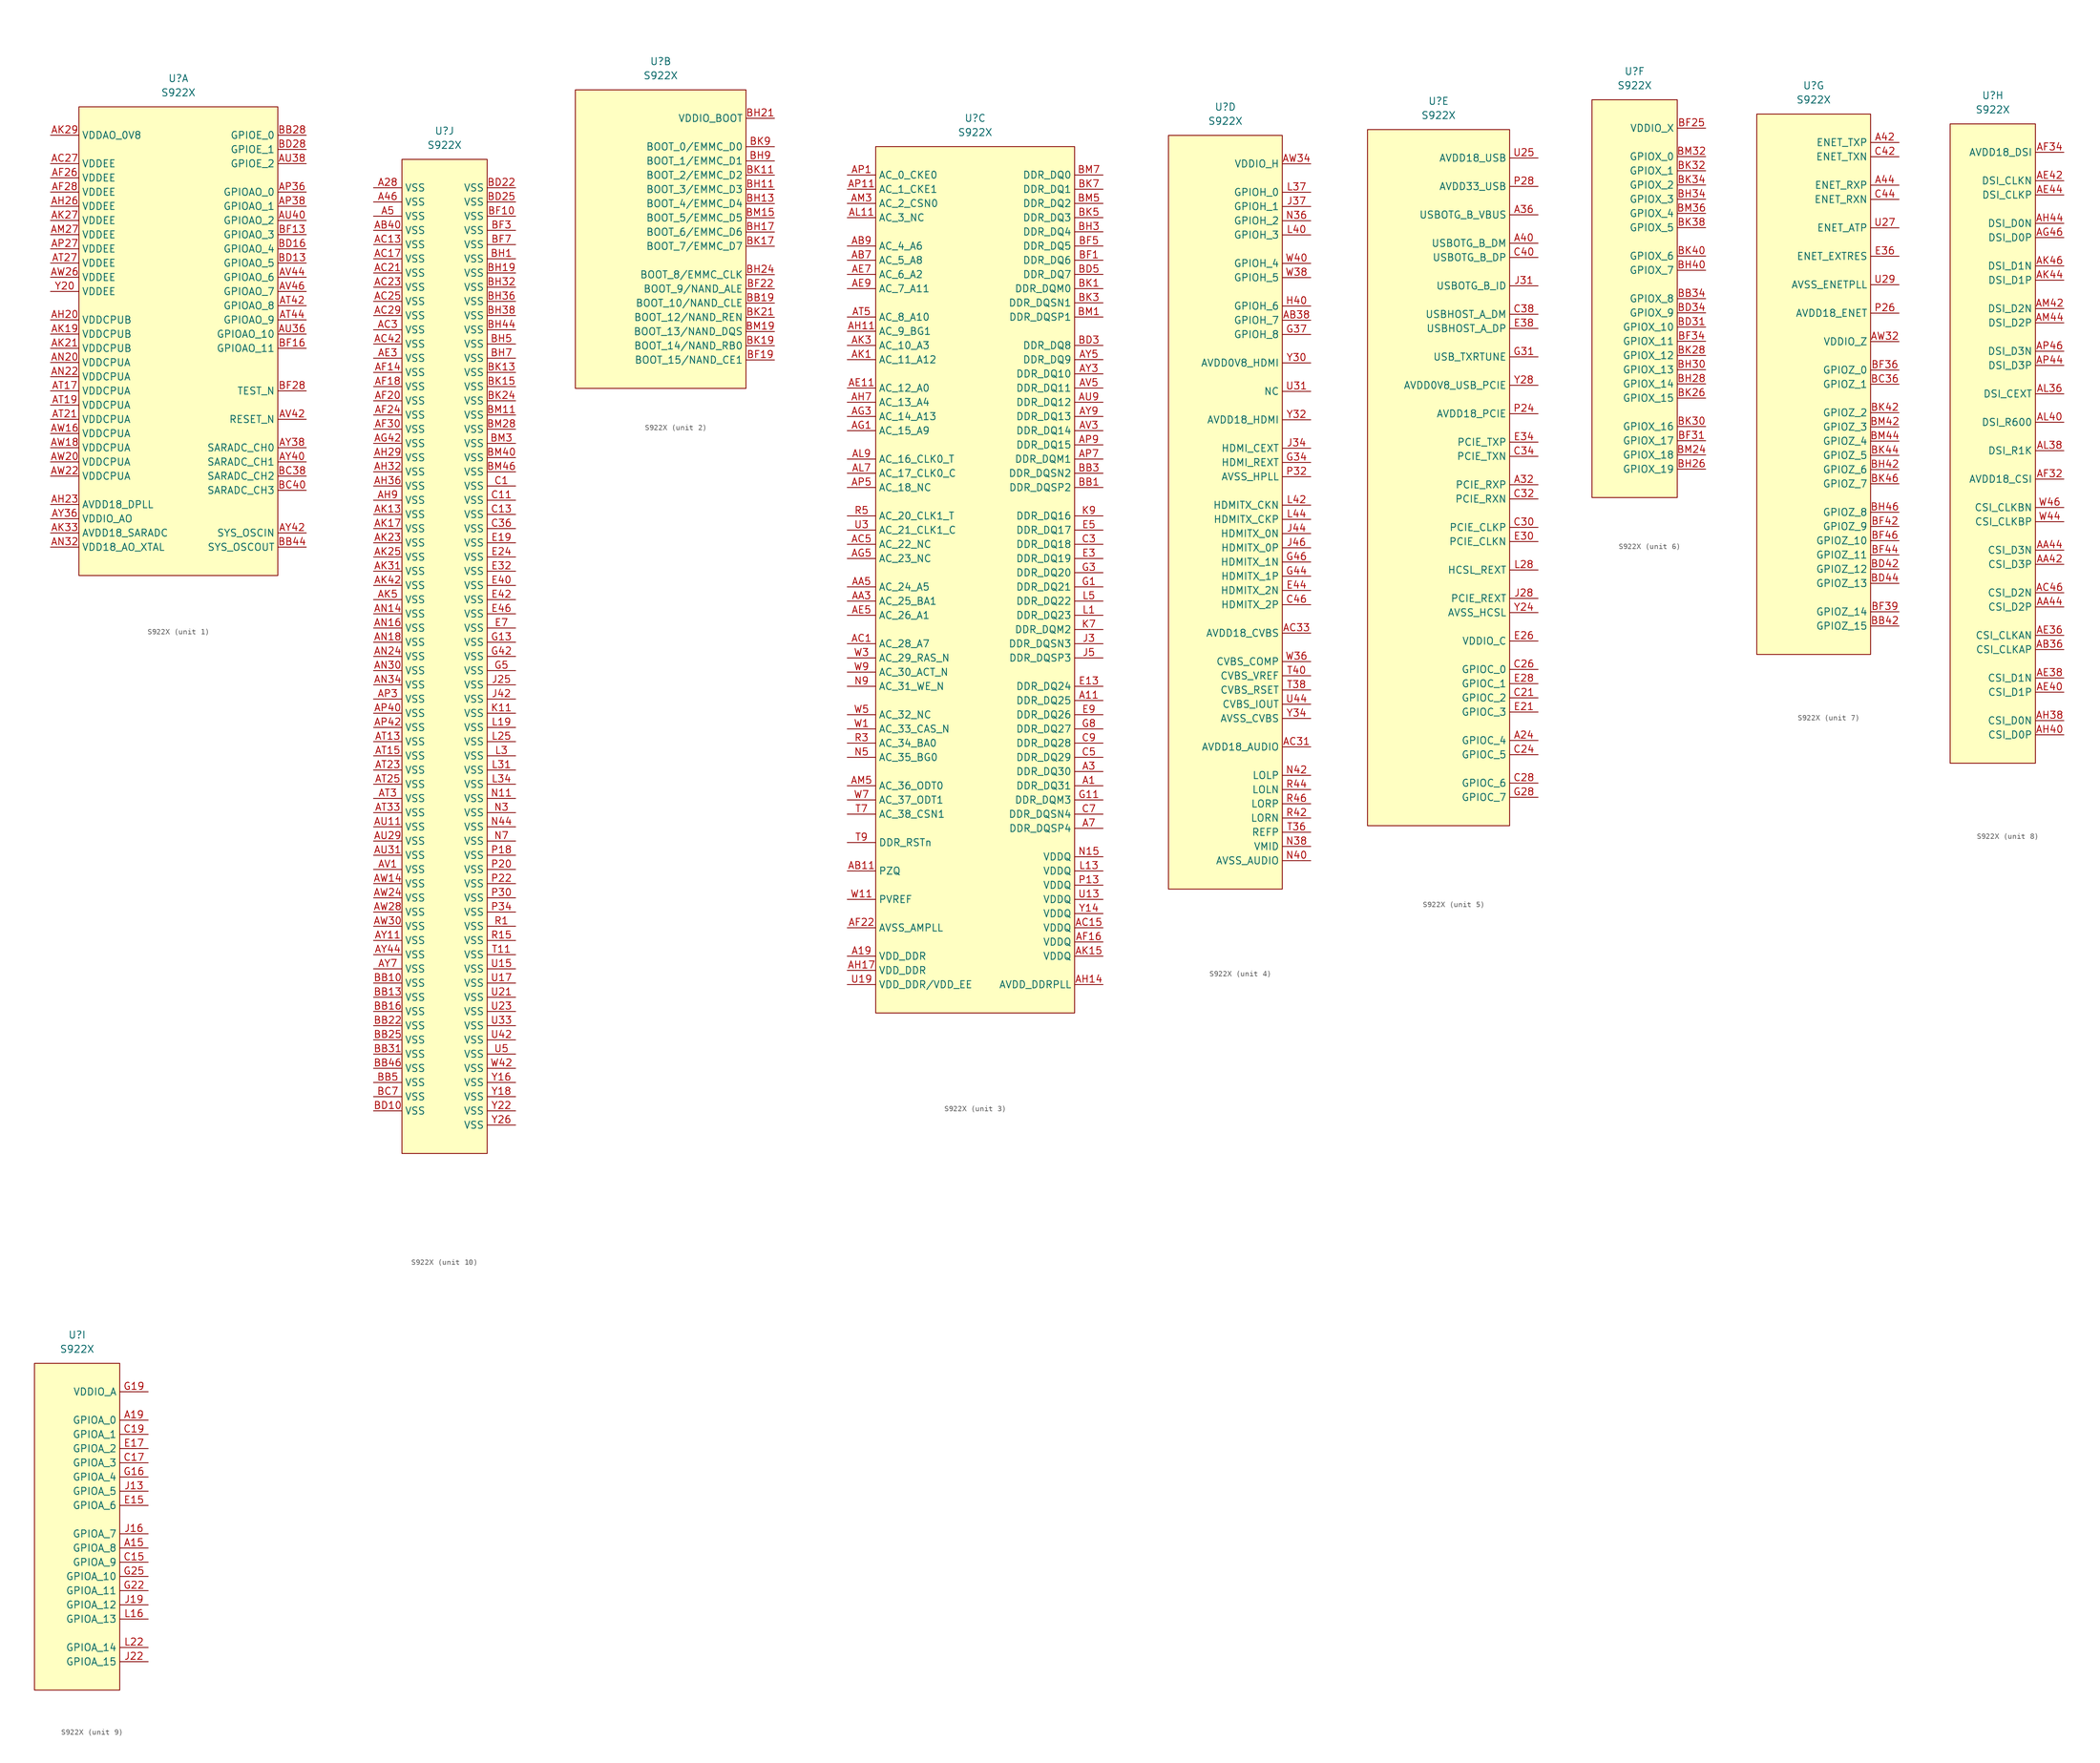
<source format=kicad_sym>
(kicad_symbol_lib
  (version 20211014)
  (generator kicad_symbol_editor)
  (symbol "S922X"
    (property "Reference" "U"
      (at 0 0 0)
      (effects (font (size 1.27 1.27))))
    (property "Value" "S922X"
      (at 0 -2.54 0)
      (effects (font (size 1.27 1.27))))
    (property "ki_locked" ""
      (at 0 0 0)
      (effects (font (size 1.27 1.27))))
    (symbol "S922X_1_1"
      (rectangle (start -17.78 -5.08) (end 17.78 -88.9) (stroke (width 0.152) (type default) (color 0 0 0 0)) (fill (type background)))
      (pin power_in line (at -22.86 -15.24 0) (length 5.08) (name "VDDEE" (effects (font (size 1.27 1.27)))) (number "AC27" (effects (font (size 1.27 1.27)))))
      (pin power_in line (at -22.86 -17.78 0) (length 5.08) (name "VDDEE" (effects (font (size 1.27 1.27)))) (number "AF26" (effects (font (size 1.27 1.27)))))
      (pin power_in line (at -22.86 -20.32 0) (length 5.08) (name "VDDEE" (effects (font (size 1.27 1.27)))) (number "AF28" (effects (font (size 1.27 1.27)))))
      (pin power_in line (at -22.86 -43.18 0) (length 5.08) (name "VDDCPUB" (effects (font (size 1.27 1.27)))) (number "AH20" (effects (font (size 1.27 1.27)))))
      (pin power_in line (at -22.86 -76.2 0) (length 5.08) (name "AVDD18_DPLL" (effects (font (size 1.27 1.27)))) (number "AH23" (effects (font (size 1.27 1.27)))))
      (pin power_in line (at -22.86 -22.86 0) (length 5.08) (name "VDDEE" (effects (font (size 1.27 1.27)))) (number "AH26" (effects (font (size 1.27 1.27)))))
      (pin power_in line (at -22.86 -45.72 0) (length 5.08) (name "VDDCPUB" (effects (font (size 1.27 1.27)))) (number "AK19" (effects (font (size 1.27 1.27)))))
      (pin power_in line (at -22.86 -48.26 0) (length 5.08) (name "VDDCPUB" (effects (font (size 1.27 1.27)))) (number "AK21" (effects (font (size 1.27 1.27)))))
      (pin power_in line (at -22.86 -25.4 0) (length 5.08) (name "VDDEE" (effects (font (size 1.27 1.27)))) (number "AK27" (effects (font (size 1.27 1.27)))))
      (pin power_out line (at -22.86 -10.16 0) (length 5.08) (name "VDDAO_0V8" (effects (font (size 1.27 1.27)))) (number "AK29" (effects (font (size 1.27 1.27)))))
      (pin power_in line (at -22.86 -81.28 0) (length 5.08) (name "AVDD18_SARADC" (effects (font (size 1.27 1.27)))) (number "AK33" (effects (font (size 1.27 1.27)))))
      (pin power_in line (at -22.86 -27.94 0) (length 5.08) (name "VDDEE" (effects (font (size 1.27 1.27)))) (number "AM27" (effects (font (size 1.27 1.27)))))
      (pin power_in line (at -22.86 -50.8 0) (length 5.08) (name "VDDCPUA" (effects (font (size 1.27 1.27)))) (number "AN20" (effects (font (size 1.27 1.27)))))
      (pin power_in line (at -22.86 -53.34 0) (length 5.08) (name "VDDCPUA" (effects (font (size 1.27 1.27)))) (number "AN22" (effects (font (size 1.27 1.27)))))
      (pin power_in line (at -22.86 -83.82 0) (length 5.08) (name "VDD18_AO_XTAL" (effects (font (size 1.27 1.27)))) (number "AN32" (effects (font (size 1.27 1.27)))))
      (pin power_in line (at -22.86 -30.48 0) (length 5.08) (name "VDDEE" (effects (font (size 1.27 1.27)))) (number "AP27" (effects (font (size 1.27 1.27)))))
      (pin bidirectional line (at 22.86 -20.32 180) (length 5.08) (name "GPIOAO_0" (effects (font (size 1.27 1.27)))) (number "AP36" (effects (font (size 1.27 1.27)))))
      (pin bidirectional line (at 22.86 -22.86 180) (length 5.08) (name "GPIOAO_1" (effects (font (size 1.27 1.27)))) (number "AP38" (effects (font (size 1.27 1.27)))))
      (pin power_in line (at -22.86 -55.88 0) (length 5.08) (name "VDDCPUA" (effects (font (size 1.27 1.27)))) (number "AT17" (effects (font (size 1.27 1.27)))))
      (pin power_in line (at -22.86 -58.42 0) (length 5.08) (name "VDDCPUA" (effects (font (size 1.27 1.27)))) (number "AT19" (effects (font (size 1.27 1.27)))))
      (pin power_in line (at -22.86 -60.96 0) (length 5.08) (name "VDDCPUA" (effects (font (size 1.27 1.27)))) (number "AT21" (effects (font (size 1.27 1.27)))))
      (pin power_in line (at -22.86 -33.02 0) (length 5.08) (name "VDDEE" (effects (font (size 1.27 1.27)))) (number "AT27" (effects (font (size 1.27 1.27)))))
      (pin bidirectional line (at 22.86 -40.64 180) (length 5.08) (name "GPIOAO_8" (effects (font (size 1.27 1.27)))) (number "AT42" (effects (font (size 1.27 1.27)))))
      (pin bidirectional line (at 22.86 -43.18 180) (length 5.08) (name "GPIOAO_9" (effects (font (size 1.27 1.27)))) (number "AT44" (effects (font (size 1.27 1.27)))))
      (pin bidirectional line (at 22.86 -45.72 180) (length 5.08) (name "GPIOAO_10" (effects (font (size 1.27 1.27)))) (number "AU36" (effects (font (size 1.27 1.27)))))
      (pin bidirectional line (at 22.86 -15.24 180) (length 5.08) (name "GPIOE_2" (effects (font (size 1.27 1.27)))) (number "AU38" (effects (font (size 1.27 1.27)))))
      (pin bidirectional line (at 22.86 -25.4 180) (length 5.08) (name "GPIOAO_2" (effects (font (size 1.27 1.27)))) (number "AU40" (effects (font (size 1.27 1.27)))))
      (pin bidirectional line (at 22.86 -60.96 180) (length 5.08) (name "RESET_N" (effects (font (size 1.27 1.27)))) (number "AV42" (effects (font (size 1.27 1.27)))))
      (pin bidirectional line (at 22.86 -35.56 180) (length 5.08) (name "GPIOAO_6" (effects (font (size 1.27 1.27)))) (number "AV44" (effects (font (size 1.27 1.27)))))
      (pin bidirectional line (at 22.86 -38.1 180) (length 5.08) (name "GPIOAO_7" (effects (font (size 1.27 1.27)))) (number "AV46" (effects (font (size 1.27 1.27)))))
      (pin power_in line (at -22.86 -63.5 0) (length 5.08) (name "VDDCPUA" (effects (font (size 1.27 1.27)))) (number "AW16" (effects (font (size 1.27 1.27)))))
      (pin power_in line (at -22.86 -66.04 0) (length 5.08) (name "VDDCPUA" (effects (font (size 1.27 1.27)))) (number "AW18" (effects (font (size 1.27 1.27)))))
      (pin power_in line (at -22.86 -68.58 0) (length 5.08) (name "VDDCPUA" (effects (font (size 1.27 1.27)))) (number "AW20" (effects (font (size 1.27 1.27)))))
      (pin power_in line (at -22.86 -71.12 0) (length 5.08) (name "VDDCPUA" (effects (font (size 1.27 1.27)))) (number "AW22" (effects (font (size 1.27 1.27)))))
      (pin power_in line (at -22.86 -35.56 0) (length 5.08) (name "VDDEE" (effects (font (size 1.27 1.27)))) (number "AW26" (effects (font (size 1.27 1.27)))))
      (pin power_in line (at -22.86 -78.74 0) (length 5.08) (name "VDDIO_AO" (effects (font (size 1.27 1.27)))) (number "AY36" (effects (font (size 1.27 1.27)))))
      (pin input line (at 22.86 -66.04 180) (length 5.08) (name "SARADC_CH0" (effects (font (size 1.27 1.27)))) (number "AY38" (effects (font (size 1.27 1.27)))))
      (pin input line (at 22.86 -68.58 180) (length 5.08) (name "SARADC_CH1" (effects (font (size 1.27 1.27)))) (number "AY40" (effects (font (size 1.27 1.27)))))
      (pin input line (at 22.86 -81.28 180) (length 5.08) (name "SYS_OSCIN" (effects (font (size 1.27 1.27)))) (number "AY42" (effects (font (size 1.27 1.27)))))
      (pin bidirectional line (at 22.86 -10.16 180) (length 5.08) (name "GPIOE_0" (effects (font (size 1.27 1.27)))) (number "BB28" (effects (font (size 1.27 1.27)))))
      (pin output line (at 22.86 -83.82 180) (length 5.08) (name "SYS_OSCOUT" (effects (font (size 1.27 1.27)))) (number "BB44" (effects (font (size 1.27 1.27)))))
      (pin input line (at 22.86 -71.12 180) (length 5.08) (name "SARADC_CH2" (effects (font (size 1.27 1.27)))) (number "BC38" (effects (font (size 1.27 1.27)))))
      (pin input line (at 22.86 -73.66 180) (length 5.08) (name "SARADC_CH3" (effects (font (size 1.27 1.27)))) (number "BC40" (effects (font (size 1.27 1.27)))))
      (pin bidirectional line (at 22.86 -33.02 180) (length 5.08) (name "GPIOAO_5" (effects (font (size 1.27 1.27)))) (number "BD13" (effects (font (size 1.27 1.27)))))
      (pin bidirectional line (at 22.86 -30.48 180) (length 5.08) (name "GPIOAO_4" (effects (font (size 1.27 1.27)))) (number "BD16" (effects (font (size 1.27 1.27)))))
      (pin bidirectional line (at 22.86 -12.7 180) (length 5.08) (name "GPIOE_1" (effects (font (size 1.27 1.27)))) (number "BD28" (effects (font (size 1.27 1.27)))))
      (pin bidirectional line (at 22.86 -27.94 180) (length 5.08) (name "GPIOAO_3" (effects (font (size 1.27 1.27)))) (number "BF13" (effects (font (size 1.27 1.27)))))
      (pin bidirectional line (at 22.86 -48.26 180) (length 5.08) (name "GPIOAO_11" (effects (font (size 1.27 1.27)))) (number "BF16" (effects (font (size 1.27 1.27)))))
      (pin bidirectional line (at 22.86 -55.88 180) (length 5.08) (name "TEST_N" (effects (font (size 1.27 1.27)))) (number "BF28" (effects (font (size 1.27 1.27)))))
      (pin power_in line (at -22.86 -38.1 0) (length 5.08) (name "VDDEE" (effects (font (size 1.27 1.27)))) (number "Y20" (effects (font (size 1.27 1.27))))))
    (symbol "S922X_2_1"
      (rectangle (start -15.24 -5.08) (end 15.24 -58.42) (stroke (width 0.152) (type default) (color 0 0 0 0)) (fill (type background)))
      (pin power_in line (at 20.32 -43.18 180) (length 5.08) (name "BOOT_10/NAND_CLE" (effects (font (size 1.27 1.27)))) (number "BB19" (effects (font (size 1.27 1.27)))))
      (pin power_in line (at 20.32 -53.34 180) (length 5.08) (name "BOOT_15/NAND_CE1" (effects (font (size 1.27 1.27)))) (number "BF19" (effects (font (size 1.27 1.27)))))
      (pin power_in line (at 20.32 -40.64 180) (length 5.08) (name "BOOT_9/NAND_ALE" (effects (font (size 1.27 1.27)))) (number "BF22" (effects (font (size 1.27 1.27)))))
      (pin power_in line (at 20.32 -22.86 180) (length 5.08) (name "BOOT_3/EMMC_D3" (effects (font (size 1.27 1.27)))) (number "BH11" (effects (font (size 1.27 1.27)))))
      (pin power_in line (at 20.32 -25.4 180) (length 5.08) (name "BOOT_4/EMMC_D4" (effects (font (size 1.27 1.27)))) (number "BH13" (effects (font (size 1.27 1.27)))))
      (pin power_in line (at 20.32 -30.48 180) (length 5.08) (name "BOOT_6/EMMC_D6" (effects (font (size 1.27 1.27)))) (number "BH17" (effects (font (size 1.27 1.27)))))
      (pin power_in line (at 20.32 -10.16 180) (length 5.08) (name "VDDIO_BOOT" (effects (font (size 1.27 1.27)))) (number "BH21" (effects (font (size 1.27 1.27)))))
      (pin power_in line (at 20.32 -38.1 180) (length 5.08) (name "BOOT_8/EMMC_CLK" (effects (font (size 1.27 1.27)))) (number "BH24" (effects (font (size 1.27 1.27)))))
      (pin power_in line (at 20.32 -17.78 180) (length 5.08) (name "BOOT_1/EMMC_D1" (effects (font (size 1.27 1.27)))) (number "BH9" (effects (font (size 1.27 1.27)))))
      (pin power_in line (at 20.32 -20.32 180) (length 5.08) (name "BOOT_2/EMMC_D2" (effects (font (size 1.27 1.27)))) (number "BK11" (effects (font (size 1.27 1.27)))))
      (pin power_in line (at 20.32 -33.02 180) (length 5.08) (name "BOOT_7/EMMC_D7" (effects (font (size 1.27 1.27)))) (number "BK17" (effects (font (size 1.27 1.27)))))
      (pin power_in line (at 20.32 -50.8 180) (length 5.08) (name "BOOT_14/NAND_RB0" (effects (font (size 1.27 1.27)))) (number "BK19" (effects (font (size 1.27 1.27)))))
      (pin power_in line (at 20.32 -45.72 180) (length 5.08) (name "BOOT_12/NAND_REN" (effects (font (size 1.27 1.27)))) (number "BK21" (effects (font (size 1.27 1.27)))))
      (pin power_in line (at 20.32 -15.24 180) (length 5.08) (name "BOOT_0/EMMC_D0" (effects (font (size 1.27 1.27)))) (number "BK9" (effects (font (size 1.27 1.27)))))
      (pin power_in line (at 20.32 -27.94 180) (length 5.08) (name "BOOT_5/EMMC_D5" (effects (font (size 1.27 1.27)))) (number "BM15" (effects (font (size 1.27 1.27)))))
      (pin power_in line (at 20.32 -48.26 180) (length 5.08) (name "BOOT_13/NAND_DQS" (effects (font (size 1.27 1.27)))) (number "BM19" (effects (font (size 1.27 1.27))))))
    (symbol "S922X_3_1"
      (rectangle (start -17.78 -5.08) (end 17.78 -160.02) (stroke (width 0.152) (type default) (color 0 0 0 0)) (fill (type background)))
      (pin bidirectional line (at 22.86 -119.38 180) (length 5.08) (name "DDR_DQ31" (effects (font (size 1.27 1.27)))) (number "A1" (effects (font (size 1.27 1.27)))))
      (pin bidirectional line (at 22.86 -104.14 180) (length 5.08) (name "DDR_DQ25" (effects (font (size 1.27 1.27)))) (number "A11" (effects (font (size 1.27 1.27)))))
      (pin bidirectional line (at -22.86 -149.86 0) (length 5.08) (name "VDD_DDR" (effects (font (size 1.27 1.27)))) (number "A19" (effects (font (size 1.27 1.27)))))
      (pin bidirectional line (at 22.86 -116.84 180) (length 5.08) (name "DDR_DQ30" (effects (font (size 1.27 1.27)))) (number "A3" (effects (font (size 1.27 1.27)))))
      (pin bidirectional line (at 22.86 -127 180) (length 5.08) (name "DDR_DQSP4" (effects (font (size 1.27 1.27)))) (number "A7" (effects (font (size 1.27 1.27)))))
      (pin bidirectional line (at -22.86 -86.36 0) (length 5.08) (name "AC_25_BA1" (effects (font (size 1.27 1.27)))) (number "AA3" (effects (font (size 1.27 1.27)))))
      (pin bidirectional line (at -22.86 -83.82 0) (length 5.08) (name "AC_24_A5" (effects (font (size 1.27 1.27)))) (number "AA5" (effects (font (size 1.27 1.27)))))
      (pin bidirectional line (at -22.86 -134.62 0) (length 5.08) (name "PZQ" (effects (font (size 1.27 1.27)))) (number "AB11" (effects (font (size 1.27 1.27)))))
      (pin bidirectional line (at -22.86 -25.4 0) (length 5.08) (name "AC_5_A8" (effects (font (size 1.27 1.27)))) (number "AB7" (effects (font (size 1.27 1.27)))))
      (pin bidirectional line (at -22.86 -22.86 0) (length 5.08) (name "AC_4_A6" (effects (font (size 1.27 1.27)))) (number "AB9" (effects (font (size 1.27 1.27)))))
      (pin bidirectional line (at -22.86 -93.98 0) (length 5.08) (name "AC_28_A7" (effects (font (size 1.27 1.27)))) (number "AC1" (effects (font (size 1.27 1.27)))))
      (pin power_in line (at 22.86 -144.78 180) (length 5.08) (name "VDDQ" (effects (font (size 1.27 1.27)))) (number "AC15" (effects (font (size 1.27 1.27)))))
      (pin bidirectional line (at -22.86 -76.2 0) (length 5.08) (name "AC_22_NC" (effects (font (size 1.27 1.27)))) (number "AC5" (effects (font (size 1.27 1.27)))))
      (pin bidirectional line (at -22.86 -48.26 0) (length 5.08) (name "AC_12_A0" (effects (font (size 1.27 1.27)))) (number "AE11" (effects (font (size 1.27 1.27)))))
      (pin bidirectional line (at -22.86 -88.9 0) (length 5.08) (name "AC_26_A1" (effects (font (size 1.27 1.27)))) (number "AE5" (effects (font (size 1.27 1.27)))))
      (pin bidirectional line (at -22.86 -27.94 0) (length 5.08) (name "AC_6_A2" (effects (font (size 1.27 1.27)))) (number "AE7" (effects (font (size 1.27 1.27)))))
      (pin bidirectional line (at -22.86 -30.48 0) (length 5.08) (name "AC_7_A11" (effects (font (size 1.27 1.27)))) (number "AE9" (effects (font (size 1.27 1.27)))))
      (pin power_in line (at 22.86 -147.32 180) (length 5.08) (name "VDDQ" (effects (font (size 1.27 1.27)))) (number "AF16" (effects (font (size 1.27 1.27)))))
      (pin bidirectional line (at -22.86 -144.78 0) (length 5.08) (name "AVSS_AMPLL" (effects (font (size 1.27 1.27)))) (number "AF22" (effects (font (size 1.27 1.27)))))
      (pin bidirectional line (at -22.86 -55.88 0) (length 5.08) (name "AC_15_A9" (effects (font (size 1.27 1.27)))) (number "AG1" (effects (font (size 1.27 1.27)))))
      (pin bidirectional line (at -22.86 -53.34 0) (length 5.08) (name "AC_14_A13" (effects (font (size 1.27 1.27)))) (number "AG3" (effects (font (size 1.27 1.27)))))
      (pin bidirectional line (at -22.86 -78.74 0) (length 5.08) (name "AC_23_NC" (effects (font (size 1.27 1.27)))) (number "AG5" (effects (font (size 1.27 1.27)))))
      (pin bidirectional line (at -22.86 -38.1 0) (length 5.08) (name "AC_9_BG1" (effects (font (size 1.27 1.27)))) (number "AH11" (effects (font (size 1.27 1.27)))))
      (pin power_in line (at 22.86 -154.94 180) (length 5.08) (name "AVDD_DDRPLL" (effects (font (size 1.27 1.27)))) (number "AH14" (effects (font (size 1.27 1.27)))))
      (pin bidirectional line (at -22.86 -152.4 0) (length 5.08) (name "VDD_DDR" (effects (font (size 1.27 1.27)))) (number "AH17" (effects (font (size 1.27 1.27)))))
      (pin bidirectional line (at -22.86 -50.8 0) (length 5.08) (name "AC_13_A4" (effects (font (size 1.27 1.27)))) (number "AH7" (effects (font (size 1.27 1.27)))))
      (pin bidirectional line (at -22.86 -43.18 0) (length 5.08) (name "AC_11_A12" (effects (font (size 1.27 1.27)))) (number "AK1" (effects (font (size 1.27 1.27)))))
      (pin power_in line (at 22.86 -149.86 180) (length 5.08) (name "VDDQ" (effects (font (size 1.27 1.27)))) (number "AK15" (effects (font (size 1.27 1.27)))))
      (pin bidirectional line (at -22.86 -40.64 0) (length 5.08) (name "AC_10_A3" (effects (font (size 1.27 1.27)))) (number "AK3" (effects (font (size 1.27 1.27)))))
      (pin bidirectional line (at -22.86 -17.78 0) (length 5.08) (name "AC_3_NC" (effects (font (size 1.27 1.27)))) (number "AL11" (effects (font (size 1.27 1.27)))))
      (pin bidirectional line (at -22.86 -63.5 0) (length 5.08) (name "AC_17_CLK0_C" (effects (font (size 1.27 1.27)))) (number "AL7" (effects (font (size 1.27 1.27)))))
      (pin bidirectional line (at -22.86 -60.96 0) (length 5.08) (name "AC_16_CLK0_T" (effects (font (size 1.27 1.27)))) (number "AL9" (effects (font (size 1.27 1.27)))))
      (pin bidirectional line (at -22.86 -15.24 0) (length 5.08) (name "AC_2_CSN0" (effects (font (size 1.27 1.27)))) (number "AM3" (effects (font (size 1.27 1.27)))))
      (pin bidirectional line (at -22.86 -119.38 0) (length 5.08) (name "AC_36_ODT0" (effects (font (size 1.27 1.27)))) (number "AM5" (effects (font (size 1.27 1.27)))))
      (pin bidirectional line (at -22.86 -10.16 0) (length 5.08) (name "AC_0_CKE0" (effects (font (size 1.27 1.27)))) (number "AP1" (effects (font (size 1.27 1.27)))))
      (pin bidirectional line (at -22.86 -12.7 0) (length 5.08) (name "AC_1_CKE1" (effects (font (size 1.27 1.27)))) (number "AP11" (effects (font (size 1.27 1.27)))))
      (pin bidirectional line (at -22.86 -66.04 0) (length 5.08) (name "AC_18_NC" (effects (font (size 1.27 1.27)))) (number "AP5" (effects (font (size 1.27 1.27)))))
      (pin bidirectional line (at 22.86 -60.96 180) (length 5.08) (name "DDR_DQM1" (effects (font (size 1.27 1.27)))) (number "AP7" (effects (font (size 1.27 1.27)))))
      (pin bidirectional line (at 22.86 -58.42 180) (length 5.08) (name "DDR_DQ15" (effects (font (size 1.27 1.27)))) (number "AP9" (effects (font (size 1.27 1.27)))))
      (pin bidirectional line (at -22.86 -35.56 0) (length 5.08) (name "AC_8_A10" (effects (font (size 1.27 1.27)))) (number "AT5" (effects (font (size 1.27 1.27)))))
      (pin bidirectional line (at 22.86 -50.8 180) (length 5.08) (name "DDR_DQ12" (effects (font (size 1.27 1.27)))) (number "AU9" (effects (font (size 1.27 1.27)))))
      (pin bidirectional line (at 22.86 -55.88 180) (length 5.08) (name "DDR_DQ14" (effects (font (size 1.27 1.27)))) (number "AV3" (effects (font (size 1.27 1.27)))))
      (pin bidirectional line (at 22.86 -48.26 180) (length 5.08) (name "DDR_DQ11" (effects (font (size 1.27 1.27)))) (number "AV5" (effects (font (size 1.27 1.27)))))
      (pin bidirectional line (at 22.86 -45.72 180) (length 5.08) (name "DDR_DQ10" (effects (font (size 1.27 1.27)))) (number "AY3" (effects (font (size 1.27 1.27)))))
      (pin bidirectional line (at 22.86 -43.18 180) (length 5.08) (name "DDR_DQ9" (effects (font (size 1.27 1.27)))) (number "AY5" (effects (font (size 1.27 1.27)))))
      (pin bidirectional line (at 22.86 -53.34 180) (length 5.08) (name "DDR_DQ13" (effects (font (size 1.27 1.27)))) (number "AY9" (effects (font (size 1.27 1.27)))))
      (pin bidirectional line (at 22.86 -66.04 180) (length 5.08) (name "DDR_DQSP2" (effects (font (size 1.27 1.27)))) (number "BB1" (effects (font (size 1.27 1.27)))))
      (pin bidirectional line (at 22.86 -63.5 180) (length 5.08) (name "DDR_DQSN2" (effects (font (size 1.27 1.27)))) (number "BB3" (effects (font (size 1.27 1.27)))))
      (pin bidirectional line (at 22.86 -40.64 180) (length 5.08) (name "DDR_DQ8" (effects (font (size 1.27 1.27)))) (number "BD3" (effects (font (size 1.27 1.27)))))
      (pin bidirectional line (at 22.86 -27.94 180) (length 5.08) (name "DDR_DQ7" (effects (font (size 1.27 1.27)))) (number "BD5" (effects (font (size 1.27 1.27)))))
      (pin bidirectional line (at 22.86 -25.4 180) (length 5.08) (name "DDR_DQ6" (effects (font (size 1.27 1.27)))) (number "BF1" (effects (font (size 1.27 1.27)))))
      (pin bidirectional line (at 22.86 -22.86 180) (length 5.08) (name "DDR_DQ5" (effects (font (size 1.27 1.27)))) (number "BF5" (effects (font (size 1.27 1.27)))))
      (pin bidirectional line (at 22.86 -20.32 180) (length 5.08) (name "DDR_DQ4" (effects (font (size 1.27 1.27)))) (number "BH3" (effects (font (size 1.27 1.27)))))
      (pin bidirectional line (at 22.86 -30.48 180) (length 5.08) (name "DDR_DQM0" (effects (font (size 1.27 1.27)))) (number "BK1" (effects (font (size 1.27 1.27)))))
      (pin bidirectional line (at 22.86 -33.02 180) (length 5.08) (name "DDR_DQSN1" (effects (font (size 1.27 1.27)))) (number "BK3" (effects (font (size 1.27 1.27)))))
      (pin bidirectional line (at 22.86 -17.78 180) (length 5.08) (name "DDR_DQ3" (effects (font (size 1.27 1.27)))) (number "BK5" (effects (font (size 1.27 1.27)))))
      (pin bidirectional line (at 22.86 -12.7 180) (length 5.08) (name "DDR_DQ1" (effects (font (size 1.27 1.27)))) (number "BK7" (effects (font (size 1.27 1.27)))))
      (pin bidirectional line (at 22.86 -35.56 180) (length 5.08) (name "DDR_DQSP1" (effects (font (size 1.27 1.27)))) (number "BM1" (effects (font (size 1.27 1.27)))))
      (pin bidirectional line (at 22.86 -15.24 180) (length 5.08) (name "DDR_DQ2" (effects (font (size 1.27 1.27)))) (number "BM5" (effects (font (size 1.27 1.27)))))
      (pin bidirectional line (at 22.86 -10.16 180) (length 5.08) (name "DDR_DQ0" (effects (font (size 1.27 1.27)))) (number "BM7" (effects (font (size 1.27 1.27)))))
      (pin bidirectional line (at 22.86 -76.2 180) (length 5.08) (name "DDR_DQ18" (effects (font (size 1.27 1.27)))) (number "C3" (effects (font (size 1.27 1.27)))))
      (pin bidirectional line (at 22.86 -114.3 180) (length 5.08) (name "DDR_DQ29" (effects (font (size 1.27 1.27)))) (number "C5" (effects (font (size 1.27 1.27)))))
      (pin bidirectional line (at 22.86 -124.46 180) (length 5.08) (name "DDR_DQSN4" (effects (font (size 1.27 1.27)))) (number "C7" (effects (font (size 1.27 1.27)))))
      (pin bidirectional line (at 22.86 -111.76 180) (length 5.08) (name "DDR_DQ28" (effects (font (size 1.27 1.27)))) (number "C9" (effects (font (size 1.27 1.27)))))
      (pin bidirectional line (at 22.86 -101.6 180) (length 5.08) (name "DDR_DQ24" (effects (font (size 1.27 1.27)))) (number "E13" (effects (font (size 1.27 1.27)))))
      (pin bidirectional line (at 22.86 -78.74 180) (length 5.08) (name "DDR_DQ19" (effects (font (size 1.27 1.27)))) (number "E3" (effects (font (size 1.27 1.27)))))
      (pin bidirectional line (at 22.86 -73.66 180) (length 5.08) (name "DDR_DQ17" (effects (font (size 1.27 1.27)))) (number "E5" (effects (font (size 1.27 1.27)))))
      (pin bidirectional line (at 22.86 -106.68 180) (length 5.08) (name "DDR_DQ26" (effects (font (size 1.27 1.27)))) (number "E9" (effects (font (size 1.27 1.27)))))
      (pin bidirectional line (at 22.86 -83.82 180) (length 5.08) (name "DDR_DQ21" (effects (font (size 1.27 1.27)))) (number "G1" (effects (font (size 1.27 1.27)))))
      (pin bidirectional line (at 22.86 -121.92 180) (length 5.08) (name "DDR_DQM3" (effects (font (size 1.27 1.27)))) (number "G11" (effects (font (size 1.27 1.27)))))
      (pin bidirectional line (at 22.86 -81.28 180) (length 5.08) (name "DDR_DQ20" (effects (font (size 1.27 1.27)))) (number "G3" (effects (font (size 1.27 1.27)))))
      (pin bidirectional line (at 22.86 -109.22 180) (length 5.08) (name "DDR_DQ27" (effects (font (size 1.27 1.27)))) (number "G8" (effects (font (size 1.27 1.27)))))
      (pin bidirectional line (at 22.86 -93.98 180) (length 5.08) (name "DDR_DQSN3" (effects (font (size 1.27 1.27)))) (number "J3" (effects (font (size 1.27 1.27)))))
      (pin bidirectional line (at 22.86 -96.52 180) (length 5.08) (name "DDR_DQSP3" (effects (font (size 1.27 1.27)))) (number "J5" (effects (font (size 1.27 1.27)))))
      (pin bidirectional line (at 22.86 -91.44 180) (length 5.08) (name "DDR_DQM2" (effects (font (size 1.27 1.27)))) (number "K7" (effects (font (size 1.27 1.27)))))
      (pin bidirectional line (at 22.86 -71.12 180) (length 5.08) (name "DDR_DQ16" (effects (font (size 1.27 1.27)))) (number "K9" (effects (font (size 1.27 1.27)))))
      (pin bidirectional line (at 22.86 -88.9 180) (length 5.08) (name "DDR_DQ23" (effects (font (size 1.27 1.27)))) (number "L1" (effects (font (size 1.27 1.27)))))
      (pin power_in line (at 22.86 -134.62 180) (length 5.08) (name "VDDQ" (effects (font (size 1.27 1.27)))) (number "L13" (effects (font (size 1.27 1.27)))))
      (pin bidirectional line (at 22.86 -86.36 180) (length 5.08) (name "DDR_DQ22" (effects (font (size 1.27 1.27)))) (number "L5" (effects (font (size 1.27 1.27)))))
      (pin power_in line (at 22.86 -132.08 180) (length 5.08) (name "VDDQ" (effects (font (size 1.27 1.27)))) (number "N15" (effects (font (size 1.27 1.27)))))
      (pin bidirectional line (at -22.86 -114.3 0) (length 5.08) (name "AC_35_BG0" (effects (font (size 1.27 1.27)))) (number "N5" (effects (font (size 1.27 1.27)))))
      (pin bidirectional line (at -22.86 -101.6 0) (length 5.08) (name "AC_31_WE_N" (effects (font (size 1.27 1.27)))) (number "N9" (effects (font (size 1.27 1.27)))))
      (pin power_in line (at 22.86 -137.16 180) (length 5.08) (name "VDDQ" (effects (font (size 1.27 1.27)))) (number "P13" (effects (font (size 1.27 1.27)))))
      (pin bidirectional line (at -22.86 -111.76 0) (length 5.08) (name "AC_34_BA0" (effects (font (size 1.27 1.27)))) (number "R3" (effects (font (size 1.27 1.27)))))
      (pin bidirectional line (at -22.86 -71.12 0) (length 5.08) (name "AC_20_CLK1_T" (effects (font (size 1.27 1.27)))) (number "R5" (effects (font (size 1.27 1.27)))))
      (pin bidirectional line (at -22.86 -124.46 0) (length 5.08) (name "AC_38_CSN1" (effects (font (size 1.27 1.27)))) (number "T7" (effects (font (size 1.27 1.27)))))
      (pin bidirectional line (at -22.86 -129.54 0) (length 5.08) (name "DDR_RSTn" (effects (font (size 1.27 1.27)))) (number "T9" (effects (font (size 1.27 1.27)))))
      (pin power_in line (at 22.86 -139.7 180) (length 5.08) (name "VDDQ" (effects (font (size 1.27 1.27)))) (number "U13" (effects (font (size 1.27 1.27)))))
      (pin bidirectional line (at -22.86 -154.94 0) (length 5.08) (name "VDD_DDR/VDD_EE" (effects (font (size 1.27 1.27)))) (number "U19" (effects (font (size 1.27 1.27)))))
      (pin bidirectional line (at -22.86 -73.66 0) (length 5.08) (name "AC_21_CLK1_C" (effects (font (size 1.27 1.27)))) (number "U3" (effects (font (size 1.27 1.27)))))
      (pin bidirectional line (at -22.86 -109.22 0) (length 5.08) (name "AC_33_CAS_N" (effects (font (size 1.27 1.27)))) (number "W1" (effects (font (size 1.27 1.27)))))
      (pin bidirectional line (at -22.86 -139.7 0) (length 5.08) (name "PVREF" (effects (font (size 1.27 1.27)))) (number "W11" (effects (font (size 1.27 1.27)))))
      (pin bidirectional line (at -22.86 -96.52 0) (length 5.08) (name "AC_29_RAS_N" (effects (font (size 1.27 1.27)))) (number "W3" (effects (font (size 1.27 1.27)))))
      (pin bidirectional line (at -22.86 -106.68 0) (length 5.08) (name "AC_32_NC" (effects (font (size 1.27 1.27)))) (number "W5" (effects (font (size 1.27 1.27)))))
      (pin bidirectional line (at -22.86 -121.92 0) (length 5.08) (name "AC_37_ODT1" (effects (font (size 1.27 1.27)))) (number "W7" (effects (font (size 1.27 1.27)))))
      (pin bidirectional line (at -22.86 -99.06 0) (length 5.08) (name "AC_30_ACT_N" (effects (font (size 1.27 1.27)))) (number "W9" (effects (font (size 1.27 1.27)))))
      (pin power_in line (at 22.86 -142.24 180) (length 5.08) (name "VDDQ" (effects (font (size 1.27 1.27)))) (number "Y14" (effects (font (size 1.27 1.27))))))
    (symbol "S922X_4_1"
      (rectangle (start -10.16 -5.08) (end 10.16 -139.7) (stroke (width 0.152) (type default) (color 0 0 0 0)) (fill (type background)))
      (pin bidirectional line (at 15.24 -38.1 180) (length 5.08) (name "GPIOH_7" (effects (font (size 1.27 1.27)))) (number "AB38" (effects (font (size 1.27 1.27)))))
      (pin power_in line (at 15.24 -114.3 180) (length 5.08) (name "AVDD18_AUDIO" (effects (font (size 1.27 1.27)))) (number "AC31" (effects (font (size 1.27 1.27)))))
      (pin power_in line (at 15.24 -93.98 180) (length 5.08) (name "AVDD18_CVBS" (effects (font (size 1.27 1.27)))) (number "AC33" (effects (font (size 1.27 1.27)))))
      (pin power_in line (at 15.24 -10.16 180) (length 5.08) (name "VDDIO_H" (effects (font (size 1.27 1.27)))) (number "AW34" (effects (font (size 1.27 1.27)))))
      (pin input line (at 15.24 -88.9 180) (length 5.08) (name "HDMITX_2P" (effects (font (size 1.27 1.27)))) (number "C46" (effects (font (size 1.27 1.27)))))
      (pin input line (at 15.24 -86.36 180) (length 5.08) (name "HDMITX_2N" (effects (font (size 1.27 1.27)))) (number "E44" (effects (font (size 1.27 1.27)))))
      (pin input line (at 15.24 -63.5 180) (length 5.08) (name "HDMI_REXT" (effects (font (size 1.27 1.27)))) (number "G34" (effects (font (size 1.27 1.27)))))
      (pin bidirectional line (at 15.24 -40.64 180) (length 5.08) (name "GPIOH_8" (effects (font (size 1.27 1.27)))) (number "G37" (effects (font (size 1.27 1.27)))))
      (pin input line (at 15.24 -83.82 180) (length 5.08) (name "HDMITX_1P" (effects (font (size 1.27 1.27)))) (number "G44" (effects (font (size 1.27 1.27)))))
      (pin input line (at 15.24 -81.28 180) (length 5.08) (name "HDMITX_1N" (effects (font (size 1.27 1.27)))) (number "G46" (effects (font (size 1.27 1.27)))))
      (pin bidirectional line (at 15.24 -35.56 180) (length 5.08) (name "GPIOH_6" (effects (font (size 1.27 1.27)))) (number "H40" (effects (font (size 1.27 1.27)))))
      (pin input line (at 15.24 -60.96 180) (length 5.08) (name "HDMI_CEXT" (effects (font (size 1.27 1.27)))) (number "J34" (effects (font (size 1.27 1.27)))))
      (pin bidirectional line (at 15.24 -17.78 180) (length 5.08) (name "GPIOH_1" (effects (font (size 1.27 1.27)))) (number "J37" (effects (font (size 1.27 1.27)))))
      (pin input line (at 15.24 -76.2 180) (length 5.08) (name "HDMITX_0N" (effects (font (size 1.27 1.27)))) (number "J44" (effects (font (size 1.27 1.27)))))
      (pin input line (at 15.24 -78.74 180) (length 5.08) (name "HDMITX_0P" (effects (font (size 1.27 1.27)))) (number "J46" (effects (font (size 1.27 1.27)))))
      (pin bidirectional line (at 15.24 -15.24 180) (length 5.08) (name "GPIOH_0" (effects (font (size 1.27 1.27)))) (number "L37" (effects (font (size 1.27 1.27)))))
      (pin bidirectional line (at 15.24 -22.86 180) (length 5.08) (name "GPIOH_3" (effects (font (size 1.27 1.27)))) (number "L40" (effects (font (size 1.27 1.27)))))
      (pin input line (at 15.24 -71.12 180) (length 5.08) (name "HDMITX_CKN" (effects (font (size 1.27 1.27)))) (number "L42" (effects (font (size 1.27 1.27)))))
      (pin input line (at 15.24 -73.66 180) (length 5.08) (name "HDMITX_CKP" (effects (font (size 1.27 1.27)))) (number "L44" (effects (font (size 1.27 1.27)))))
      (pin bidirectional line (at 15.24 -20.32 180) (length 5.08) (name "GPIOH_2" (effects (font (size 1.27 1.27)))) (number "N36" (effects (font (size 1.27 1.27)))))
      (pin input line (at 15.24 -132.08 180) (length 5.08) (name "VMID" (effects (font (size 1.27 1.27)))) (number "N38" (effects (font (size 1.27 1.27)))))
      (pin power_in line (at 15.24 -134.62 180) (length 5.08) (name "AVSS_AUDIO" (effects (font (size 1.27 1.27)))) (number "N40" (effects (font (size 1.27 1.27)))))
      (pin input line (at 15.24 -119.38 180) (length 5.08) (name "LOLP" (effects (font (size 1.27 1.27)))) (number "N42" (effects (font (size 1.27 1.27)))))
      (pin input line (at 15.24 -66.04 180) (length 5.08) (name "AVSS_HPLL" (effects (font (size 1.27 1.27)))) (number "P32" (effects (font (size 1.27 1.27)))))
      (pin input line (at 15.24 -127 180) (length 5.08) (name "LORN" (effects (font (size 1.27 1.27)))) (number "R42" (effects (font (size 1.27 1.27)))))
      (pin input line (at 15.24 -121.92 180) (length 5.08) (name "LOLN" (effects (font (size 1.27 1.27)))) (number "R44" (effects (font (size 1.27 1.27)))))
      (pin input line (at 15.24 -124.46 180) (length 5.08) (name "LORP" (effects (font (size 1.27 1.27)))) (number "R46" (effects (font (size 1.27 1.27)))))
      (pin input line (at 15.24 -129.54 180) (length 5.08) (name "REFP" (effects (font (size 1.27 1.27)))) (number "T36" (effects (font (size 1.27 1.27)))))
      (pin input line (at 15.24 -104.14 180) (length 5.08) (name "CVBS_RSET" (effects (font (size 1.27 1.27)))) (number "T38" (effects (font (size 1.27 1.27)))))
      (pin input line (at 15.24 -101.6 180) (length 5.08) (name "CVBS_VREF" (effects (font (size 1.27 1.27)))) (number "T40" (effects (font (size 1.27 1.27)))))
      (pin input line (at 15.24 -50.8 180) (length 5.08) (name "NC" (effects (font (size 1.27 1.27)))) (number "U31" (effects (font (size 1.27 1.27)))))
      (pin input line (at 15.24 -106.68 180) (length 5.08) (name "CVBS_IOUT" (effects (font (size 1.27 1.27)))) (number "U44" (effects (font (size 1.27 1.27)))))
      (pin input line (at 15.24 -99.06 180) (length 5.08) (name "CVBS_COMP" (effects (font (size 1.27 1.27)))) (number "W36" (effects (font (size 1.27 1.27)))))
      (pin bidirectional line (at 15.24 -30.48 180) (length 5.08) (name "GPIOH_5" (effects (font (size 1.27 1.27)))) (number "W38" (effects (font (size 1.27 1.27)))))
      (pin bidirectional line (at 15.24 -27.94 180) (length 5.08) (name "GPIOH_4" (effects (font (size 1.27 1.27)))) (number "W40" (effects (font (size 1.27 1.27)))))
      (pin input line (at 15.24 -45.72 180) (length 5.08) (name "AVDD0V8_HDMI" (effects (font (size 1.27 1.27)))) (number "Y30" (effects (font (size 1.27 1.27)))))
      (pin input line (at 15.24 -55.88 180) (length 5.08) (name "AVDD18_HDMI" (effects (font (size 1.27 1.27)))) (number "Y32" (effects (font (size 1.27 1.27)))))
      (pin power_in line (at 15.24 -109.22 180) (length 5.08) (name "AVSS_CVBS" (effects (font (size 1.27 1.27)))) (number "Y34" (effects (font (size 1.27 1.27))))))
    (symbol "S922X_5_1"
      (rectangle (start -12.7 -5.08) (end 12.7 -129.54) (stroke (width 0.152) (type default) (color 0 0 0 0)) (fill (type background)))
      (pin power_in line (at 17.78 -114.3 180) (length 5.08) (name "GPIOC_4" (effects (font (size 1.27 1.27)))) (number "A24" (effects (font (size 1.27 1.27)))))
      (pin bidirectional line (at 17.78 -68.58 180) (length 5.08) (name "PCIE_RXP" (effects (font (size 1.27 1.27)))) (number "A32" (effects (font (size 1.27 1.27)))))
      (pin power_in line (at 17.78 -20.32 180) (length 5.08) (name "USBOTG_B_VBUS" (effects (font (size 1.27 1.27)))) (number "A36" (effects (font (size 1.27 1.27)))))
      (pin bidirectional line (at 17.78 -25.4 180) (length 5.08) (name "USBOTG_B_DM" (effects (font (size 1.27 1.27)))) (number "A40" (effects (font (size 1.27 1.27)))))
      (pin power_in line (at 17.78 -106.68 180) (length 5.08) (name "GPIOC_2" (effects (font (size 1.27 1.27)))) (number "C21" (effects (font (size 1.27 1.27)))))
      (pin power_in line (at 17.78 -116.84 180) (length 5.08) (name "GPIOC_5" (effects (font (size 1.27 1.27)))) (number "C24" (effects (font (size 1.27 1.27)))))
      (pin power_in line (at 17.78 -101.6 180) (length 5.08) (name "GPIOC_0" (effects (font (size 1.27 1.27)))) (number "C26" (effects (font (size 1.27 1.27)))))
      (pin power_in line (at 17.78 -121.92 180) (length 5.08) (name "GPIOC_6" (effects (font (size 1.27 1.27)))) (number "C28" (effects (font (size 1.27 1.27)))))
      (pin bidirectional line (at 17.78 -76.2 180) (length 5.08) (name "PCIE_CLKP" (effects (font (size 1.27 1.27)))) (number "C30" (effects (font (size 1.27 1.27)))))
      (pin bidirectional line (at 17.78 -71.12 180) (length 5.08) (name "PCIE_RXN" (effects (font (size 1.27 1.27)))) (number "C32" (effects (font (size 1.27 1.27)))))
      (pin bidirectional line (at 17.78 -63.5 180) (length 5.08) (name "PCIE_TXN" (effects (font (size 1.27 1.27)))) (number "C34" (effects (font (size 1.27 1.27)))))
      (pin bidirectional line (at 17.78 -38.1 180) (length 5.08) (name "USBHOST_A_DM" (effects (font (size 1.27 1.27)))) (number "C38" (effects (font (size 1.27 1.27)))))
      (pin bidirectional line (at 17.78 -27.94 180) (length 5.08) (name "USBOTG_B_DP" (effects (font (size 1.27 1.27)))) (number "C40" (effects (font (size 1.27 1.27)))))
      (pin power_in line (at 17.78 -109.22 180) (length 5.08) (name "GPIOC_3" (effects (font (size 1.27 1.27)))) (number "E21" (effects (font (size 1.27 1.27)))))
      (pin power_in line (at 17.78 -96.52 180) (length 5.08) (name "VDDIO_C" (effects (font (size 1.27 1.27)))) (number "E26" (effects (font (size 1.27 1.27)))))
      (pin power_in line (at 17.78 -104.14 180) (length 5.08) (name "GPIOC_1" (effects (font (size 1.27 1.27)))) (number "E28" (effects (font (size 1.27 1.27)))))
      (pin bidirectional line (at 17.78 -78.74 180) (length 5.08) (name "PCIE_CLKN" (effects (font (size 1.27 1.27)))) (number "E30" (effects (font (size 1.27 1.27)))))
      (pin bidirectional line (at 17.78 -60.96 180) (length 5.08) (name "PCIE_TXP" (effects (font (size 1.27 1.27)))) (number "E34" (effects (font (size 1.27 1.27)))))
      (pin bidirectional line (at 17.78 -40.64 180) (length 5.08) (name "USBHOST_A_DP" (effects (font (size 1.27 1.27)))) (number "E38" (effects (font (size 1.27 1.27)))))
      (pin power_in line (at 17.78 -124.46 180) (length 5.08) (name "GPIOC_7" (effects (font (size 1.27 1.27)))) (number "G28" (effects (font (size 1.27 1.27)))))
      (pin bidirectional line (at 17.78 -45.72 180) (length 5.08) (name "USB_TXRTUNE" (effects (font (size 1.27 1.27)))) (number "G31" (effects (font (size 1.27 1.27)))))
      (pin bidirectional line (at 17.78 -88.9 180) (length 5.08) (name "PCIE_REXT" (effects (font (size 1.27 1.27)))) (number "J28" (effects (font (size 1.27 1.27)))))
      (pin input line (at 17.78 -33.02 180) (length 5.08) (name "USBOTG_B_ID" (effects (font (size 1.27 1.27)))) (number "J31" (effects (font (size 1.27 1.27)))))
      (pin bidirectional line (at 17.78 -83.82 180) (length 5.08) (name "HCSL_REXT" (effects (font (size 1.27 1.27)))) (number "L28" (effects (font (size 1.27 1.27)))))
      (pin power_in line (at 17.78 -55.88 180) (length 5.08) (name "AVDD18_PCIE" (effects (font (size 1.27 1.27)))) (number "P24" (effects (font (size 1.27 1.27)))))
      (pin power_in line (at 17.78 -15.24 180) (length 5.08) (name "AVDD33_USB" (effects (font (size 1.27 1.27)))) (number "P28" (effects (font (size 1.27 1.27)))))
      (pin power_in line (at 17.78 -10.16 180) (length 5.08) (name "AVDD18_USB" (effects (font (size 1.27 1.27)))) (number "U25" (effects (font (size 1.27 1.27)))))
      (pin power_in line (at 17.78 -91.44 180) (length 5.08) (name "AVSS_HCSL" (effects (font (size 1.27 1.27)))) (number "Y24" (effects (font (size 1.27 1.27)))))
      (pin power_in line (at 17.78 -50.8 180) (length 5.08) (name "AVDD0V8_USB_PCIE" (effects (font (size 1.27 1.27)))) (number "Y28" (effects (font (size 1.27 1.27))))))
    (symbol "S922X_6_1"
      (rectangle (start -7.62 -5.08) (end 7.62 -76.2) (stroke (width 0.152) (type default) (color 0 0 0 0)) (fill (type background)))
      (pin power_in line (at 12.7 -40.64 180) (length 5.08) (name "GPIOX_8" (effects (font (size 1.27 1.27)))) (number "BB34" (effects (font (size 1.27 1.27)))))
      (pin power_in line (at 12.7 -45.72 180) (length 5.08) (name "GPIOX_10" (effects (font (size 1.27 1.27)))) (number "BD31" (effects (font (size 1.27 1.27)))))
      (pin power_in line (at 12.7 -43.18 180) (length 5.08) (name "GPIOX_9" (effects (font (size 1.27 1.27)))) (number "BD34" (effects (font (size 1.27 1.27)))))
      (pin power_in line (at 12.7 -10.16 180) (length 5.08) (name "VDDIO_X" (effects (font (size 1.27 1.27)))) (number "BF25" (effects (font (size 1.27 1.27)))))
      (pin power_in line (at 12.7 -66.04 180) (length 5.08) (name "GPIOX_17" (effects (font (size 1.27 1.27)))) (number "BF31" (effects (font (size 1.27 1.27)))))
      (pin power_in line (at 12.7 -48.26 180) (length 5.08) (name "GPIOX_11" (effects (font (size 1.27 1.27)))) (number "BF34" (effects (font (size 1.27 1.27)))))
      (pin power_in line (at 12.7 -71.12 180) (length 5.08) (name "GPIOX_19" (effects (font (size 1.27 1.27)))) (number "BH26" (effects (font (size 1.27 1.27)))))
      (pin power_in line (at 12.7 -55.88 180) (length 5.08) (name "GPIOX_14" (effects (font (size 1.27 1.27)))) (number "BH28" (effects (font (size 1.27 1.27)))))
      (pin power_in line (at 12.7 -53.34 180) (length 5.08) (name "GPIOX_13" (effects (font (size 1.27 1.27)))) (number "BH30" (effects (font (size 1.27 1.27)))))
      (pin power_in line (at 12.7 -22.86 180) (length 5.08) (name "GPIOX_3" (effects (font (size 1.27 1.27)))) (number "BH34" (effects (font (size 1.27 1.27)))))
      (pin power_in line (at 12.7 -35.56 180) (length 5.08) (name "GPIOX_7" (effects (font (size 1.27 1.27)))) (number "BH40" (effects (font (size 1.27 1.27)))))
      (pin power_in line (at 12.7 -58.42 180) (length 5.08) (name "GPIOX_15" (effects (font (size 1.27 1.27)))) (number "BK26" (effects (font (size 1.27 1.27)))))
      (pin power_in line (at 12.7 -50.8 180) (length 5.08) (name "GPIOX_12" (effects (font (size 1.27 1.27)))) (number "BK28" (effects (font (size 1.27 1.27)))))
      (pin power_in line (at 12.7 -63.5 180) (length 5.08) (name "GPIOX_16" (effects (font (size 1.27 1.27)))) (number "BK30" (effects (font (size 1.27 1.27)))))
      (pin power_in line (at 12.7 -17.78 180) (length 5.08) (name "GPIOX_1" (effects (font (size 1.27 1.27)))) (number "BK32" (effects (font (size 1.27 1.27)))))
      (pin power_in line (at 12.7 -20.32 180) (length 5.08) (name "GPIOX_2" (effects (font (size 1.27 1.27)))) (number "BK34" (effects (font (size 1.27 1.27)))))
      (pin power_in line (at 12.7 -27.94 180) (length 5.08) (name "GPIOX_5" (effects (font (size 1.27 1.27)))) (number "BK38" (effects (font (size 1.27 1.27)))))
      (pin power_in line (at 12.7 -33.02 180) (length 5.08) (name "GPIOX_6" (effects (font (size 1.27 1.27)))) (number "BK40" (effects (font (size 1.27 1.27)))))
      (pin power_in line (at 12.7 -68.58 180) (length 5.08) (name "GPIOX_18" (effects (font (size 1.27 1.27)))) (number "BM24" (effects (font (size 1.27 1.27)))))
      (pin power_in line (at 12.7 -15.24 180) (length 5.08) (name "GPIOX_0" (effects (font (size 1.27 1.27)))) (number "BM32" (effects (font (size 1.27 1.27)))))
      (pin power_in line (at 12.7 -25.4 180) (length 5.08) (name "GPIOX_4" (effects (font (size 1.27 1.27)))) (number "BM36" (effects (font (size 1.27 1.27))))))
    (symbol "S922X_7_1"
      (rectangle (start -10.16 -5.08) (end 10.16 -101.6) (stroke (width 0.152) (type default) (color 0 0 0 0)) (fill (type background)))
      (pin bidirectional line (at 15.24 -10.16 180) (length 5.08) (name "ENET_TXP" (effects (font (size 1.27 1.27)))) (number "A42" (effects (font (size 1.27 1.27)))))
      (pin bidirectional line (at 15.24 -17.78 180) (length 5.08) (name "ENET_RXP" (effects (font (size 1.27 1.27)))) (number "A44" (effects (font (size 1.27 1.27)))))
      (pin bidirectional line (at 15.24 -45.72 180) (length 5.08) (name "VDDIO_Z" (effects (font (size 1.27 1.27)))) (number "AW32" (effects (font (size 1.27 1.27)))))
      (pin bidirectional line (at 15.24 -96.52 180) (length 5.08) (name "GPIOZ_15" (effects (font (size 1.27 1.27)))) (number "BB42" (effects (font (size 1.27 1.27)))))
      (pin bidirectional line (at 15.24 -53.34 180) (length 5.08) (name "GPIOZ_1" (effects (font (size 1.27 1.27)))) (number "BC36" (effects (font (size 1.27 1.27)))))
      (pin bidirectional line (at 15.24 -86.36 180) (length 5.08) (name "GPIOZ_12" (effects (font (size 1.27 1.27)))) (number "BD42" (effects (font (size 1.27 1.27)))))
      (pin bidirectional line (at 15.24 -88.9 180) (length 5.08) (name "GPIOZ_13" (effects (font (size 1.27 1.27)))) (number "BD44" (effects (font (size 1.27 1.27)))))
      (pin bidirectional line (at 15.24 -50.8 180) (length 5.08) (name "GPIOZ_0" (effects (font (size 1.27 1.27)))) (number "BF36" (effects (font (size 1.27 1.27)))))
      (pin bidirectional line (at 15.24 -93.98 180) (length 5.08) (name "GPIOZ_14" (effects (font (size 1.27 1.27)))) (number "BF39" (effects (font (size 1.27 1.27)))))
      (pin bidirectional line (at 15.24 -78.74 180) (length 5.08) (name "GPIOZ_9" (effects (font (size 1.27 1.27)))) (number "BF42" (effects (font (size 1.27 1.27)))))
      (pin bidirectional line (at 15.24 -83.82 180) (length 5.08) (name "GPIOZ_11" (effects (font (size 1.27 1.27)))) (number "BF44" (effects (font (size 1.27 1.27)))))
      (pin bidirectional line (at 15.24 -81.28 180) (length 5.08) (name "GPIOZ_10" (effects (font (size 1.27 1.27)))) (number "BF46" (effects (font (size 1.27 1.27)))))
      (pin bidirectional line (at 15.24 -68.58 180) (length 5.08) (name "GPIOZ_6" (effects (font (size 1.27 1.27)))) (number "BH42" (effects (font (size 1.27 1.27)))))
      (pin bidirectional line (at 15.24 -76.2 180) (length 5.08) (name "GPIOZ_8" (effects (font (size 1.27 1.27)))) (number "BH46" (effects (font (size 1.27 1.27)))))
      (pin bidirectional line (at 15.24 -58.42 180) (length 5.08) (name "GPIOZ_2" (effects (font (size 1.27 1.27)))) (number "BK42" (effects (font (size 1.27 1.27)))))
      (pin bidirectional line (at 15.24 -66.04 180) (length 5.08) (name "GPIOZ_5" (effects (font (size 1.27 1.27)))) (number "BK44" (effects (font (size 1.27 1.27)))))
      (pin bidirectional line (at 15.24 -71.12 180) (length 5.08) (name "GPIOZ_7" (effects (font (size 1.27 1.27)))) (number "BK46" (effects (font (size 1.27 1.27)))))
      (pin bidirectional line (at 15.24 -60.96 180) (length 5.08) (name "GPIOZ_3" (effects (font (size 1.27 1.27)))) (number "BM42" (effects (font (size 1.27 1.27)))))
      (pin bidirectional line (at 15.24 -63.5 180) (length 5.08) (name "GPIOZ_4" (effects (font (size 1.27 1.27)))) (number "BM44" (effects (font (size 1.27 1.27)))))
      (pin bidirectional line (at 15.24 -12.7 180) (length 5.08) (name "ENET_TXN" (effects (font (size 1.27 1.27)))) (number "C42" (effects (font (size 1.27 1.27)))))
      (pin bidirectional line (at 15.24 -20.32 180) (length 5.08) (name "ENET_RXN" (effects (font (size 1.27 1.27)))) (number "C44" (effects (font (size 1.27 1.27)))))
      (pin bidirectional line (at 15.24 -30.48 180) (length 5.08) (name "ENET_EXTRES" (effects (font (size 1.27 1.27)))) (number "E36" (effects (font (size 1.27 1.27)))))
      (pin bidirectional line (at 15.24 -40.64 180) (length 5.08) (name "AVDD18_ENET" (effects (font (size 1.27 1.27)))) (number "P26" (effects (font (size 1.27 1.27)))))
      (pin bidirectional line (at 15.24 -25.4 180) (length 5.08) (name "ENET_ATP" (effects (font (size 1.27 1.27)))) (number "U27" (effects (font (size 1.27 1.27)))))
      (pin bidirectional line (at 15.24 -35.56 180) (length 5.08) (name "AVSS_ENETPLL" (effects (font (size 1.27 1.27)))) (number "U29" (effects (font (size 1.27 1.27))))))
    (symbol "S922X_8_1"
      (rectangle (start -7.62 -5.08) (end 7.62 -119.38) (stroke (width 0.152) (type default) (color 0 0 0 0)) (fill (type background)))
      (pin bidirectional line (at 12.7 -83.82 180) (length 5.08) (name "CSI_D3P" (effects (font (size 1.27 1.27)))) (number "AA42" (effects (font (size 1.27 1.27)))))
      (pin bidirectional line (at 12.7 -91.44 180) (length 5.08) (name "CSI_D2P" (effects (font (size 1.27 1.27)))) (number "AA44" (effects (font (size 1.27 1.27)))))
      (pin bidirectional line (at 12.7 -81.28 180) (length 5.08) (name "CSI_D3N" (effects (font (size 1.27 1.27)))) (number "AA44" (effects (font (size 1.27 1.27)))))
      (pin bidirectional line (at 12.7 -99.06 180) (length 5.08) (name "CSI_CLKAP" (effects (font (size 1.27 1.27)))) (number "AB36" (effects (font (size 1.27 1.27)))))
      (pin bidirectional line (at 12.7 -88.9 180) (length 5.08) (name "CSI_D2N" (effects (font (size 1.27 1.27)))) (number "AC46" (effects (font (size 1.27 1.27)))))
      (pin bidirectional line (at 12.7 -96.52 180) (length 5.08) (name "CSI_CLKAN" (effects (font (size 1.27 1.27)))) (number "AE36" (effects (font (size 1.27 1.27)))))
      (pin bidirectional line (at 12.7 -104.14 180) (length 5.08) (name "CSI_D1N" (effects (font (size 1.27 1.27)))) (number "AE38" (effects (font (size 1.27 1.27)))))
      (pin bidirectional line (at 12.7 -106.68 180) (length 5.08) (name "CSI_D1P" (effects (font (size 1.27 1.27)))) (number "AE40" (effects (font (size 1.27 1.27)))))
      (pin bidirectional line (at 12.7 -15.24 180) (length 5.08) (name "DSI_CLKN" (effects (font (size 1.27 1.27)))) (number "AE42" (effects (font (size 1.27 1.27)))))
      (pin bidirectional line (at 12.7 -17.78 180) (length 5.08) (name "DSI_CLKP" (effects (font (size 1.27 1.27)))) (number "AE44" (effects (font (size 1.27 1.27)))))
      (pin bidirectional line (at 12.7 -68.58 180) (length 5.08) (name "AVDD18_CSI" (effects (font (size 1.27 1.27)))) (number "AF32" (effects (font (size 1.27 1.27)))))
      (pin input line (at 12.7 -10.16 180) (length 5.08) (name "AVDD18_DSI" (effects (font (size 1.27 1.27)))) (number "AF34" (effects (font (size 1.27 1.27)))))
      (pin bidirectional line (at 12.7 -25.4 180) (length 5.08) (name "DSI_D0P" (effects (font (size 1.27 1.27)))) (number "AG46" (effects (font (size 1.27 1.27)))))
      (pin bidirectional line (at 12.7 -111.76 180) (length 5.08) (name "CSI_D0N" (effects (font (size 1.27 1.27)))) (number "AH38" (effects (font (size 1.27 1.27)))))
      (pin bidirectional line (at 12.7 -114.3 180) (length 5.08) (name "CSI_D0P" (effects (font (size 1.27 1.27)))) (number "AH40" (effects (font (size 1.27 1.27)))))
      (pin bidirectional line (at 12.7 -22.86 180) (length 5.08) (name "DSI_D0N" (effects (font (size 1.27 1.27)))) (number "AH44" (effects (font (size 1.27 1.27)))))
      (pin bidirectional line (at 12.7 -33.02 180) (length 5.08) (name "DSI_D1P" (effects (font (size 1.27 1.27)))) (number "AK44" (effects (font (size 1.27 1.27)))))
      (pin bidirectional line (at 12.7 -30.48 180) (length 5.08) (name "DSI_D1N" (effects (font (size 1.27 1.27)))) (number "AK46" (effects (font (size 1.27 1.27)))))
      (pin bidirectional line (at 12.7 -53.34 180) (length 5.08) (name "DSI_CEXT" (effects (font (size 1.27 1.27)))) (number "AL36" (effects (font (size 1.27 1.27)))))
      (pin bidirectional line (at 12.7 -63.5 180) (length 5.08) (name "DSI_R1K" (effects (font (size 1.27 1.27)))) (number "AL38" (effects (font (size 1.27 1.27)))))
      (pin bidirectional line (at 12.7 -58.42 180) (length 5.08) (name "DSI_R600" (effects (font (size 1.27 1.27)))) (number "AL40" (effects (font (size 1.27 1.27)))))
      (pin bidirectional line (at 12.7 -38.1 180) (length 5.08) (name "DSI_D2N" (effects (font (size 1.27 1.27)))) (number "AM42" (effects (font (size 1.27 1.27)))))
      (pin bidirectional line (at 12.7 -40.64 180) (length 5.08) (name "DSI_D2P" (effects (font (size 1.27 1.27)))) (number "AM44" (effects (font (size 1.27 1.27)))))
      (pin bidirectional line (at 12.7 -48.26 180) (length 5.08) (name "DSI_D3P" (effects (font (size 1.27 1.27)))) (number "AP44" (effects (font (size 1.27 1.27)))))
      (pin bidirectional line (at 12.7 -45.72 180) (length 5.08) (name "DSI_D3N" (effects (font (size 1.27 1.27)))) (number "AP46" (effects (font (size 1.27 1.27)))))
      (pin bidirectional line (at 12.7 -76.2 180) (length 5.08) (name "CSI_CLKBP" (effects (font (size 1.27 1.27)))) (number "W44" (effects (font (size 1.27 1.27)))))
      (pin bidirectional line (at 12.7 -73.66 180) (length 5.08) (name "CSI_CLKBN" (effects (font (size 1.27 1.27)))) (number "W46" (effects (font (size 1.27 1.27))))))
    (symbol "S922X_9_1"
      (rectangle (start -7.62 -5.08) (end 7.62 -63.5) (stroke (width 0.152) (type default) (color 0 0 0 0)) (fill (type background)))
      (pin bidirectional line (at 12.7 -38.1 180) (length 5.08) (name "GPIOA_8" (effects (font (size 1.27 1.27)))) (number "A15" (effects (font (size 1.27 1.27)))))
      (pin bidirectional line (at 12.7 -15.24 180) (length 5.08) (name "GPIOA_0" (effects (font (size 1.27 1.27)))) (number "A19" (effects (font (size 1.27 1.27)))))
      (pin bidirectional line (at 12.7 -40.64 180) (length 5.08) (name "GPIOA_9" (effects (font (size 1.27 1.27)))) (number "C15" (effects (font (size 1.27 1.27)))))
      (pin bidirectional line (at 12.7 -22.86 180) (length 5.08) (name "GPIOA_3" (effects (font (size 1.27 1.27)))) (number "C17" (effects (font (size 1.27 1.27)))))
      (pin bidirectional line (at 12.7 -17.78 180) (length 5.08) (name "GPIOA_1" (effects (font (size 1.27 1.27)))) (number "C19" (effects (font (size 1.27 1.27)))))
      (pin bidirectional line (at 12.7 -30.48 180) (length 5.08) (name "GPIOA_6" (effects (font (size 1.27 1.27)))) (number "E15" (effects (font (size 1.27 1.27)))))
      (pin bidirectional line (at 12.7 -20.32 180) (length 5.08) (name "GPIOA_2" (effects (font (size 1.27 1.27)))) (number "E17" (effects (font (size 1.27 1.27)))))
      (pin bidirectional line (at 12.7 -25.4 180) (length 5.08) (name "GPIOA_4" (effects (font (size 1.27 1.27)))) (number "G16" (effects (font (size 1.27 1.27)))))
      (pin power_in line (at 12.7 -10.16 180) (length 5.08) (name "VDDIO_A" (effects (font (size 1.27 1.27)))) (number "G19" (effects (font (size 1.27 1.27)))))
      (pin bidirectional line (at 12.7 -45.72 180) (length 5.08) (name "GPIOA_11" (effects (font (size 1.27 1.27)))) (number "G22" (effects (font (size 1.27 1.27)))))
      (pin bidirectional line (at 12.7 -43.18 180) (length 5.08) (name "GPIOA_10" (effects (font (size 1.27 1.27)))) (number "G25" (effects (font (size 1.27 1.27)))))
      (pin bidirectional line (at 12.7 -27.94 180) (length 5.08) (name "GPIOA_5" (effects (font (size 1.27 1.27)))) (number "J13" (effects (font (size 1.27 1.27)))))
      (pin bidirectional line (at 12.7 -35.56 180) (length 5.08) (name "GPIOA_7" (effects (font (size 1.27 1.27)))) (number "J16" (effects (font (size 1.27 1.27)))))
      (pin bidirectional line (at 12.7 -48.26 180) (length 5.08) (name "GPIOA_12" (effects (font (size 1.27 1.27)))) (number "J19" (effects (font (size 1.27 1.27)))))
      (pin bidirectional line (at 12.7 -58.42 180) (length 5.08) (name "GPIOA_15" (effects (font (size 1.27 1.27)))) (number "J22" (effects (font (size 1.27 1.27)))))
      (pin bidirectional line (at 12.7 -50.8 180) (length 5.08) (name "GPIOA_13" (effects (font (size 1.27 1.27)))) (number "L16" (effects (font (size 1.27 1.27)))))
      (pin bidirectional line (at 12.7 -55.88 180) (length 5.08) (name "GPIOA_14" (effects (font (size 1.27 1.27)))) (number "L22" (effects (font (size 1.27 1.27))))))
    (symbol "S922X_10_1"
      (rectangle (start -7.62 -5.08) (end 7.62 -182.88) (stroke (width 0.152) (type default) (color 0 0 0 0)) (fill (type background)))
      (pin power_in line (at -12.7 -10.16 0) (length 5.08) (name "VSS" (effects (font (size 1.27 1.27)))) (number "A28" (effects (font (size 1.27 1.27)))))
      (pin power_in line (at -12.7 -12.7 0) (length 5.08) (name "VSS" (effects (font (size 1.27 1.27)))) (number "A46" (effects (font (size 1.27 1.27)))))
      (pin power_in line (at -12.7 -15.24 0) (length 5.08) (name "VSS" (effects (font (size 1.27 1.27)))) (number "A5" (effects (font (size 1.27 1.27)))))
      (pin power_in line (at -12.7 -17.78 0) (length 5.08) (name "VSS" (effects (font (size 1.27 1.27)))) (number "AB40" (effects (font (size 1.27 1.27)))))
      (pin power_in line (at -12.7 -20.32 0) (length 5.08) (name "VSS" (effects (font (size 1.27 1.27)))) (number "AC13" (effects (font (size 1.27 1.27)))))
      (pin power_in line (at -12.7 -22.86 0) (length 5.08) (name "VSS" (effects (font (size 1.27 1.27)))) (number "AC17" (effects (font (size 1.27 1.27)))))
      (pin power_in line (at -12.7 -25.4 0) (length 5.08) (name "VSS" (effects (font (size 1.27 1.27)))) (number "AC21" (effects (font (size 1.27 1.27)))))
      (pin power_in line (at -12.7 -27.94 0) (length 5.08) (name "VSS" (effects (font (size 1.27 1.27)))) (number "AC23" (effects (font (size 1.27 1.27)))))
      (pin power_in line (at -12.7 -30.48 0) (length 5.08) (name "VSS" (effects (font (size 1.27 1.27)))) (number "AC25" (effects (font (size 1.27 1.27)))))
      (pin power_in line (at -12.7 -33.02 0) (length 5.08) (name "VSS" (effects (font (size 1.27 1.27)))) (number "AC29" (effects (font (size 1.27 1.27)))))
      (pin power_in line (at -12.7 -35.56 0) (length 5.08) (name "VSS" (effects (font (size 1.27 1.27)))) (number "AC3" (effects (font (size 1.27 1.27)))))
      (pin power_in line (at -12.7 -38.1 0) (length 5.08) (name "VSS" (effects (font (size 1.27 1.27)))) (number "AC42" (effects (font (size 1.27 1.27)))))
      (pin power_in line (at -12.7 -40.64 0) (length 5.08) (name "VSS" (effects (font (size 1.27 1.27)))) (number "AE3" (effects (font (size 1.27 1.27)))))
      (pin power_in line (at -12.7 -43.18 0) (length 5.08) (name "VSS" (effects (font (size 1.27 1.27)))) (number "AF14" (effects (font (size 1.27 1.27)))))
      (pin power_in line (at -12.7 -45.72 0) (length 5.08) (name "VSS" (effects (font (size 1.27 1.27)))) (number "AF18" (effects (font (size 1.27 1.27)))))
      (pin power_in line (at -12.7 -48.26 0) (length 5.08) (name "VSS" (effects (font (size 1.27 1.27)))) (number "AF20" (effects (font (size 1.27 1.27)))))
      (pin power_in line (at -12.7 -50.8 0) (length 5.08) (name "VSS" (effects (font (size 1.27 1.27)))) (number "AF24" (effects (font (size 1.27 1.27)))))
      (pin power_in line (at -12.7 -53.34 0) (length 5.08) (name "VSS" (effects (font (size 1.27 1.27)))) (number "AF30" (effects (font (size 1.27 1.27)))))
      (pin power_in line (at -12.7 -55.88 0) (length 5.08) (name "VSS" (effects (font (size 1.27 1.27)))) (number "AG42" (effects (font (size 1.27 1.27)))))
      (pin power_in line (at -12.7 -58.42 0) (length 5.08) (name "VSS" (effects (font (size 1.27 1.27)))) (number "AH29" (effects (font (size 1.27 1.27)))))
      (pin power_in line (at -12.7 -60.96 0) (length 5.08) (name "VSS" (effects (font (size 1.27 1.27)))) (number "AH32" (effects (font (size 1.27 1.27)))))
      (pin power_in line (at -12.7 -63.5 0) (length 5.08) (name "VSS" (effects (font (size 1.27 1.27)))) (number "AH36" (effects (font (size 1.27 1.27)))))
      (pin power_in line (at -12.7 -66.04 0) (length 5.08) (name "VSS" (effects (font (size 1.27 1.27)))) (number "AH9" (effects (font (size 1.27 1.27)))))
      (pin power_in line (at -12.7 -68.58 0) (length 5.08) (name "VSS" (effects (font (size 1.27 1.27)))) (number "AK13" (effects (font (size 1.27 1.27)))))
      (pin power_in line (at -12.7 -71.12 0) (length 5.08) (name "VSS" (effects (font (size 1.27 1.27)))) (number "AK17" (effects (font (size 1.27 1.27)))))
      (pin power_in line (at -12.7 -73.66 0) (length 5.08) (name "VSS" (effects (font (size 1.27 1.27)))) (number "AK23" (effects (font (size 1.27 1.27)))))
      (pin power_in line (at -12.7 -76.2 0) (length 5.08) (name "VSS" (effects (font (size 1.27 1.27)))) (number "AK25" (effects (font (size 1.27 1.27)))))
      (pin power_in line (at -12.7 -78.74 0) (length 5.08) (name "VSS" (effects (font (size 1.27 1.27)))) (number "AK31" (effects (font (size 1.27 1.27)))))
      (pin power_in line (at -12.7 -81.28 0) (length 5.08) (name "VSS" (effects (font (size 1.27 1.27)))) (number "AK42" (effects (font (size 1.27 1.27)))))
      (pin power_in line (at -12.7 -83.82 0) (length 5.08) (name "VSS" (effects (font (size 1.27 1.27)))) (number "AK5" (effects (font (size 1.27 1.27)))))
      (pin power_in line (at -12.7 -86.36 0) (length 5.08) (name "VSS" (effects (font (size 1.27 1.27)))) (number "AN14" (effects (font (size 1.27 1.27)))))
      (pin power_in line (at -12.7 -88.9 0) (length 5.08) (name "VSS" (effects (font (size 1.27 1.27)))) (number "AN16" (effects (font (size 1.27 1.27)))))
      (pin power_in line (at -12.7 -91.44 0) (length 5.08) (name "VSS" (effects (font (size 1.27 1.27)))) (number "AN18" (effects (font (size 1.27 1.27)))))
      (pin power_in line (at -12.7 -93.98 0) (length 5.08) (name "VSS" (effects (font (size 1.27 1.27)))) (number "AN24" (effects (font (size 1.27 1.27)))))
      (pin power_in line (at -12.7 -96.52 0) (length 5.08) (name "VSS" (effects (font (size 1.27 1.27)))) (number "AN30" (effects (font (size 1.27 1.27)))))
      (pin power_in line (at -12.7 -99.06 0) (length 5.08) (name "VSS" (effects (font (size 1.27 1.27)))) (number "AN34" (effects (font (size 1.27 1.27)))))
      (pin power_in line (at -12.7 -101.6 0) (length 5.08) (name "VSS" (effects (font (size 1.27 1.27)))) (number "AP3" (effects (font (size 1.27 1.27)))))
      (pin power_in line (at -12.7 -104.14 0) (length 5.08) (name "VSS" (effects (font (size 1.27 1.27)))) (number "AP40" (effects (font (size 1.27 1.27)))))
      (pin power_in line (at -12.7 -106.68 0) (length 5.08) (name "VSS" (effects (font (size 1.27 1.27)))) (number "AP42" (effects (font (size 1.27 1.27)))))
      (pin power_in line (at -12.7 -109.22 0) (length 5.08) (name "VSS" (effects (font (size 1.27 1.27)))) (number "AT13" (effects (font (size 1.27 1.27)))))
      (pin power_in line (at -12.7 -111.76 0) (length 5.08) (name "VSS" (effects (font (size 1.27 1.27)))) (number "AT15" (effects (font (size 1.27 1.27)))))
      (pin power_in line (at -12.7 -114.3 0) (length 5.08) (name "VSS" (effects (font (size 1.27 1.27)))) (number "AT23" (effects (font (size 1.27 1.27)))))
      (pin power_in line (at -12.7 -116.84 0) (length 5.08) (name "VSS" (effects (font (size 1.27 1.27)))) (number "AT25" (effects (font (size 1.27 1.27)))))
      (pin power_in line (at -12.7 -119.38 0) (length 5.08) (name "VSS" (effects (font (size 1.27 1.27)))) (number "AT3" (effects (font (size 1.27 1.27)))))
      (pin power_in line (at -12.7 -121.92 0) (length 5.08) (name "VSS" (effects (font (size 1.27 1.27)))) (number "AT33" (effects (font (size 1.27 1.27)))))
      (pin power_in line (at -12.7 -124.46 0) (length 5.08) (name "VSS" (effects (font (size 1.27 1.27)))) (number "AU11" (effects (font (size 1.27 1.27)))))
      (pin power_in line (at -12.7 -127 0) (length 5.08) (name "VSS" (effects (font (size 1.27 1.27)))) (number "AU29" (effects (font (size 1.27 1.27)))))
      (pin power_in line (at -12.7 -129.54 0) (length 5.08) (name "VSS" (effects (font (size 1.27 1.27)))) (number "AU31" (effects (font (size 1.27 1.27)))))
      (pin power_in line (at -12.7 -132.08 0) (length 5.08) (name "VSS" (effects (font (size 1.27 1.27)))) (number "AV1" (effects (font (size 1.27 1.27)))))
      (pin power_in line (at -12.7 -134.62 0) (length 5.08) (name "VSS" (effects (font (size 1.27 1.27)))) (number "AW14" (effects (font (size 1.27 1.27)))))
      (pin power_in line (at -12.7 -137.16 0) (length 5.08) (name "VSS" (effects (font (size 1.27 1.27)))) (number "AW24" (effects (font (size 1.27 1.27)))))
      (pin power_in line (at -12.7 -139.7 0) (length 5.08) (name "VSS" (effects (font (size 1.27 1.27)))) (number "AW28" (effects (font (size 1.27 1.27)))))
      (pin power_in line (at -12.7 -142.24 0) (length 5.08) (name "VSS" (effects (font (size 1.27 1.27)))) (number "AW30" (effects (font (size 1.27 1.27)))))
      (pin power_in line (at -12.7 -144.78 0) (length 5.08) (name "VSS" (effects (font (size 1.27 1.27)))) (number "AY11" (effects (font (size 1.27 1.27)))))
      (pin power_in line (at -12.7 -147.32 0) (length 5.08) (name "VSS" (effects (font (size 1.27 1.27)))) (number "AY44" (effects (font (size 1.27 1.27)))))
      (pin power_in line (at -12.7 -149.86 0) (length 5.08) (name "VSS" (effects (font (size 1.27 1.27)))) (number "AY7" (effects (font (size 1.27 1.27)))))
      (pin power_in line (at -12.7 -152.4 0) (length 5.08) (name "VSS" (effects (font (size 1.27 1.27)))) (number "BB10" (effects (font (size 1.27 1.27)))))
      (pin power_in line (at -12.7 -154.94 0) (length 5.08) (name "VSS" (effects (font (size 1.27 1.27)))) (number "BB13" (effects (font (size 1.27 1.27)))))
      (pin power_in line (at -12.7 -157.48 0) (length 5.08) (name "VSS" (effects (font (size 1.27 1.27)))) (number "BB16" (effects (font (size 1.27 1.27)))))
      (pin power_in line (at -12.7 -160.02 0) (length 5.08) (name "VSS" (effects (font (size 1.27 1.27)))) (number "BB22" (effects (font (size 1.27 1.27)))))
      (pin power_in line (at -12.7 -162.56 0) (length 5.08) (name "VSS" (effects (font (size 1.27 1.27)))) (number "BB25" (effects (font (size 1.27 1.27)))))
      (pin power_in line (at -12.7 -165.1 0) (length 5.08) (name "VSS" (effects (font (size 1.27 1.27)))) (number "BB31" (effects (font (size 1.27 1.27)))))
      (pin power_in line (at -12.7 -167.64 0) (length 5.08) (name "VSS" (effects (font (size 1.27 1.27)))) (number "BB46" (effects (font (size 1.27 1.27)))))
      (pin power_in line (at -12.7 -170.18 0) (length 5.08) (name "VSS" (effects (font (size 1.27 1.27)))) (number "BB5" (effects (font (size 1.27 1.27)))))
      (pin power_in line (at -12.7 -172.72 0) (length 5.08) (name "VSS" (effects (font (size 1.27 1.27)))) (number "BC7" (effects (font (size 1.27 1.27)))))
      (pin power_in line (at -12.7 -175.26 0) (length 5.08) (name "VSS" (effects (font (size 1.27 1.27)))) (number "BD10" (effects (font (size 1.27 1.27)))))
      (pin power_in line (at 12.7 -10.16 180) (length 5.08) (name "VSS" (effects (font (size 1.27 1.27)))) (number "BD22" (effects (font (size 1.27 1.27)))))
      (pin power_in line (at 12.7 -12.7 180) (length 5.08) (name "VSS" (effects (font (size 1.27 1.27)))) (number "BD25" (effects (font (size 1.27 1.27)))))
      (pin power_in line (at 12.7 -15.24 180) (length 5.08) (name "VSS" (effects (font (size 1.27 1.27)))) (number "BF10" (effects (font (size 1.27 1.27)))))
      (pin power_in line (at 12.7 -17.78 180) (length 5.08) (name "VSS" (effects (font (size 1.27 1.27)))) (number "BF3" (effects (font (size 1.27 1.27)))))
      (pin power_in line (at 12.7 -20.32 180) (length 5.08) (name "VSS" (effects (font (size 1.27 1.27)))) (number "BF7" (effects (font (size 1.27 1.27)))))
      (pin power_in line (at 12.7 -22.86 180) (length 5.08) (name "VSS" (effects (font (size 1.27 1.27)))) (number "BH1" (effects (font (size 1.27 1.27)))))
      (pin power_in line (at 12.7 -25.4 180) (length 5.08) (name "VSS" (effects (font (size 1.27 1.27)))) (number "BH19" (effects (font (size 1.27 1.27)))))
      (pin power_in line (at 12.7 -27.94 180) (length 5.08) (name "VSS" (effects (font (size 1.27 1.27)))) (number "BH32" (effects (font (size 1.27 1.27)))))
      (pin power_in line (at 12.7 -30.48 180) (length 5.08) (name "VSS" (effects (font (size 1.27 1.27)))) (number "BH36" (effects (font (size 1.27 1.27)))))
      (pin power_in line (at 12.7 -33.02 180) (length 5.08) (name "VSS" (effects (font (size 1.27 1.27)))) (number "BH38" (effects (font (size 1.27 1.27)))))
      (pin power_in line (at 12.7 -35.56 180) (length 5.08) (name "VSS" (effects (font (size 1.27 1.27)))) (number "BH44" (effects (font (size 1.27 1.27)))))
      (pin power_in line (at 12.7 -38.1 180) (length 5.08) (name "VSS" (effects (font (size 1.27 1.27)))) (number "BH5" (effects (font (size 1.27 1.27)))))
      (pin power_in line (at 12.7 -40.64 180) (length 5.08) (name "VSS" (effects (font (size 1.27 1.27)))) (number "BH7" (effects (font (size 1.27 1.27)))))
      (pin power_in line (at 12.7 -43.18 180) (length 5.08) (name "VSS" (effects (font (size 1.27 1.27)))) (number "BK13" (effects (font (size 1.27 1.27)))))
      (pin power_in line (at 12.7 -45.72 180) (length 5.08) (name "VSS" (effects (font (size 1.27 1.27)))) (number "BK15" (effects (font (size 1.27 1.27)))))
      (pin power_in line (at 12.7 -48.26 180) (length 5.08) (name "VSS" (effects (font (size 1.27 1.27)))) (number "BK24" (effects (font (size 1.27 1.27)))))
      (pin power_in line (at 12.7 -50.8 180) (length 5.08) (name "VSS" (effects (font (size 1.27 1.27)))) (number "BM11" (effects (font (size 1.27 1.27)))))
      (pin power_in line (at 12.7 -53.34 180) (length 5.08) (name "VSS" (effects (font (size 1.27 1.27)))) (number "BM28" (effects (font (size 1.27 1.27)))))
      (pin power_in line (at 12.7 -55.88 180) (length 5.08) (name "VSS" (effects (font (size 1.27 1.27)))) (number "BM3" (effects (font (size 1.27 1.27)))))
      (pin power_in line (at 12.7 -58.42 180) (length 5.08) (name "VSS" (effects (font (size 1.27 1.27)))) (number "BM40" (effects (font (size 1.27 1.27)))))
      (pin power_in line (at 12.7 -60.96 180) (length 5.08) (name "VSS" (effects (font (size 1.27 1.27)))) (number "BM46" (effects (font (size 1.27 1.27)))))
      (pin power_in line (at 12.7 -63.5 180) (length 5.08) (name "VSS" (effects (font (size 1.27 1.27)))) (number "C1" (effects (font (size 1.27 1.27)))))
      (pin power_in line (at 12.7 -66.04 180) (length 5.08) (name "VSS" (effects (font (size 1.27 1.27)))) (number "C11" (effects (font (size 1.27 1.27)))))
      (pin power_in line (at 12.7 -68.58 180) (length 5.08) (name "VSS" (effects (font (size 1.27 1.27)))) (number "C13" (effects (font (size 1.27 1.27)))))
      (pin power_in line (at 12.7 -71.12 180) (length 5.08) (name "VSS" (effects (font (size 1.27 1.27)))) (number "C36" (effects (font (size 1.27 1.27)))))
      (pin power_in line (at 12.7 -73.66 180) (length 5.08) (name "VSS" (effects (font (size 1.27 1.27)))) (number "E19" (effects (font (size 1.27 1.27)))))
      (pin power_in line (at 12.7 -76.2 180) (length 5.08) (name "VSS" (effects (font (size 1.27 1.27)))) (number "E24" (effects (font (size 1.27 1.27)))))
      (pin power_in line (at 12.7 -78.74 180) (length 5.08) (name "VSS" (effects (font (size 1.27 1.27)))) (number "E32" (effects (font (size 1.27 1.27)))))
      (pin power_in line (at 12.7 -81.28 180) (length 5.08) (name "VSS" (effects (font (size 1.27 1.27)))) (number "E40" (effects (font (size 1.27 1.27)))))
      (pin power_in line (at 12.7 -83.82 180) (length 5.08) (name "VSS" (effects (font (size 1.27 1.27)))) (number "E42" (effects (font (size 1.27 1.27)))))
      (pin power_in line (at 12.7 -86.36 180) (length 5.08) (name "VSS" (effects (font (size 1.27 1.27)))) (number "E46" (effects (font (size 1.27 1.27)))))
      (pin power_in line (at 12.7 -88.9 180) (length 5.08) (name "VSS" (effects (font (size 1.27 1.27)))) (number "E7" (effects (font (size 1.27 1.27)))))
      (pin power_in line (at 12.7 -91.44 180) (length 5.08) (name "VSS" (effects (font (size 1.27 1.27)))) (number "G13" (effects (font (size 1.27 1.27)))))
      (pin power_in line (at 12.7 -93.98 180) (length 5.08) (name "VSS" (effects (font (size 1.27 1.27)))) (number "G42" (effects (font (size 1.27 1.27)))))
      (pin power_in line (at 12.7 -96.52 180) (length 5.08) (name "VSS" (effects (font (size 1.27 1.27)))) (number "G5" (effects (font (size 1.27 1.27)))))
      (pin power_in line (at 12.7 -99.06 180) (length 5.08) (name "VSS" (effects (font (size 1.27 1.27)))) (number "J25" (effects (font (size 1.27 1.27)))))
      (pin power_in line (at 12.7 -101.6 180) (length 5.08) (name "VSS" (effects (font (size 1.27 1.27)))) (number "J42" (effects (font (size 1.27 1.27)))))
      (pin power_in line (at 12.7 -104.14 180) (length 5.08) (name "VSS" (effects (font (size 1.27 1.27)))) (number "K11" (effects (font (size 1.27 1.27)))))
      (pin power_in line (at 12.7 -106.68 180) (length 5.08) (name "VSS" (effects (font (size 1.27 1.27)))) (number "L19" (effects (font (size 1.27 1.27)))))
      (pin power_in line (at 12.7 -109.22 180) (length 5.08) (name "VSS" (effects (font (size 1.27 1.27)))) (number "L25" (effects (font (size 1.27 1.27)))))
      (pin power_in line (at 12.7 -111.76 180) (length 5.08) (name "VSS" (effects (font (size 1.27 1.27)))) (number "L3" (effects (font (size 1.27 1.27)))))
      (pin power_in line (at 12.7 -114.3 180) (length 5.08) (name "VSS" (effects (font (size 1.27 1.27)))) (number "L31" (effects (font (size 1.27 1.27)))))
      (pin power_in line (at 12.7 -116.84 180) (length 5.08) (name "VSS" (effects (font (size 1.27 1.27)))) (number "L34" (effects (font (size 1.27 1.27)))))
      (pin power_in line (at 12.7 -119.38 180) (length 5.08) (name "VSS" (effects (font (size 1.27 1.27)))) (number "N11" (effects (font (size 1.27 1.27)))))
      (pin power_in line (at 12.7 -121.92 180) (length 5.08) (name "VSS" (effects (font (size 1.27 1.27)))) (number "N3" (effects (font (size 1.27 1.27)))))
      (pin power_in line (at 12.7 -124.46 180) (length 5.08) (name "VSS" (effects (font (size 1.27 1.27)))) (number "N44" (effects (font (size 1.27 1.27)))))
      (pin power_in line (at 12.7 -127 180) (length 5.08) (name "VSS" (effects (font (size 1.27 1.27)))) (number "N7" (effects (font (size 1.27 1.27)))))
      (pin power_in line (at 12.7 -129.54 180) (length 5.08) (name "VSS" (effects (font (size 1.27 1.27)))) (number "P18" (effects (font (size 1.27 1.27)))))
      (pin power_in line (at 12.7 -132.08 180) (length 5.08) (name "VSS" (effects (font (size 1.27 1.27)))) (number "P20" (effects (font (size 1.27 1.27)))))
      (pin power_in line (at 12.7 -134.62 180) (length 5.08) (name "VSS" (effects (font (size 1.27 1.27)))) (number "P22" (effects (font (size 1.27 1.27)))))
      (pin power_in line (at 12.7 -137.16 180) (length 5.08) (name "VSS" (effects (font (size 1.27 1.27)))) (number "P30" (effects (font (size 1.27 1.27)))))
      (pin power_in line (at 12.7 -139.7 180) (length 5.08) (name "VSS" (effects (font (size 1.27 1.27)))) (number "P34" (effects (font (size 1.27 1.27)))))
      (pin power_in line (at 12.7 -142.24 180) (length 5.08) (name "VSS" (effects (font (size 1.27 1.27)))) (number "R1" (effects (font (size 1.27 1.27)))))
      (pin power_in line (at 12.7 -144.78 180) (length 5.08) (name "VSS" (effects (font (size 1.27 1.27)))) (number "R15" (effects (font (size 1.27 1.27)))))
      (pin power_in line (at 12.7 -147.32 180) (length 5.08) (name "VSS" (effects (font (size 1.27 1.27)))) (number "T11" (effects (font (size 1.27 1.27)))))
      (pin power_in line (at 12.7 -149.86 180) (length 5.08) (name "VSS" (effects (font (size 1.27 1.27)))) (number "U15" (effects (font (size 1.27 1.27)))))
      (pin power_in line (at 12.7 -152.4 180) (length 5.08) (name "VSS" (effects (font (size 1.27 1.27)))) (number "U17" (effects (font (size 1.27 1.27)))))
      (pin power_in line (at 12.7 -154.94 180) (length 5.08) (name "VSS" (effects (font (size 1.27 1.27)))) (number "U21" (effects (font (size 1.27 1.27)))))
      (pin power_in line (at 12.7 -157.48 180) (length 5.08) (name "VSS" (effects (font (size 1.27 1.27)))) (number "U23" (effects (font (size 1.27 1.27)))))
      (pin power_in line (at 12.7 -160.02 180) (length 5.08) (name "VSS" (effects (font (size 1.27 1.27)))) (number "U33" (effects (font (size 1.27 1.27)))))
      (pin power_in line (at 12.7 -162.56 180) (length 5.08) (name "VSS" (effects (font (size 1.27 1.27)))) (number "U42" (effects (font (size 1.27 1.27)))))
      (pin power_in line (at 12.7 -165.1 180) (length 5.08) (name "VSS" (effects (font (size 1.27 1.27)))) (number "U5" (effects (font (size 1.27 1.27)))))
      (pin power_in line (at 12.7 -167.64 180) (length 5.08) (name "VSS" (effects (font (size 1.27 1.27)))) (number "W42" (effects (font (size 1.27 1.27)))))
      (pin power_in line (at 12.7 -170.18 180) (length 5.08) (name "VSS" (effects (font (size 1.27 1.27)))) (number "Y16" (effects (font (size 1.27 1.27)))))
      (pin power_in line (at 12.7 -172.72 180) (length 5.08) (name "VSS" (effects (font (size 1.27 1.27)))) (number "Y18" (effects (font (size 1.27 1.27)))))
      (pin power_in line (at 12.7 -175.26 180) (length 5.08) (name "VSS" (effects (font (size 1.27 1.27)))) (number "Y22" (effects (font (size 1.27 1.27)))))
      (pin power_in line (at 12.7 -177.8 180) (length 5.08) (name "VSS" (effects (font (size 1.27 1.27)))) (number "Y26" (effects (font (size 1.27 1.27))))))))
</source>
